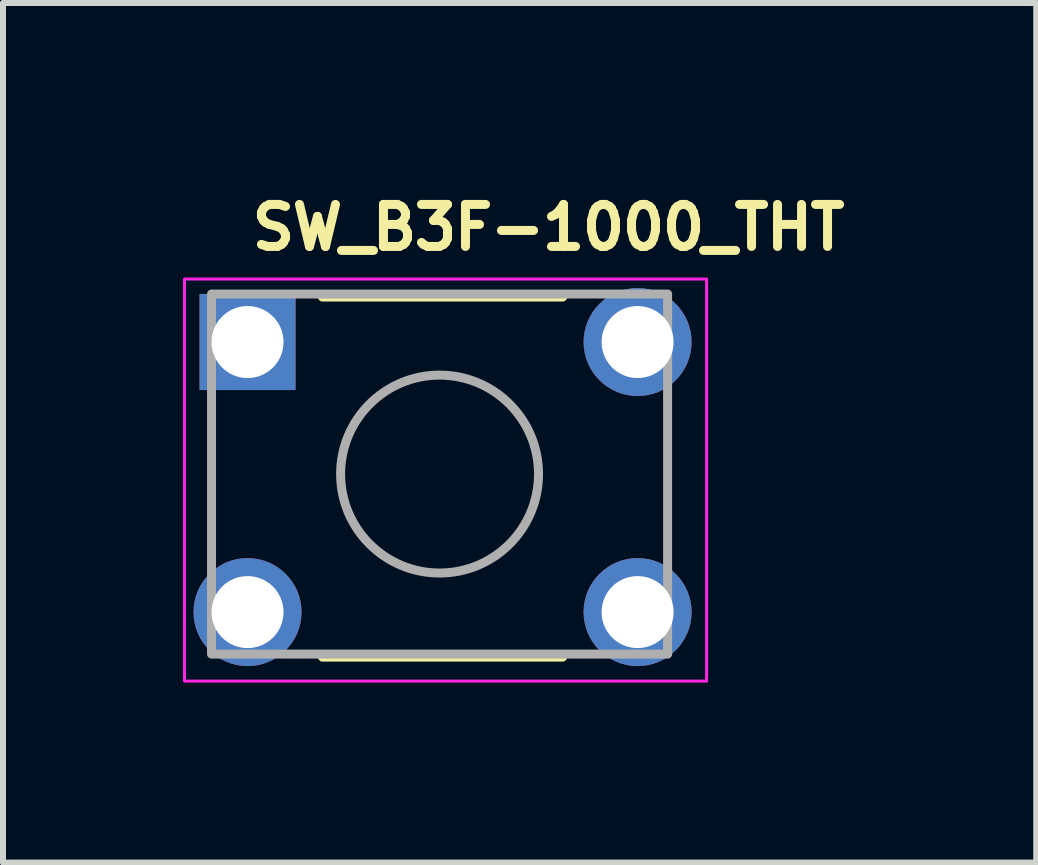
<source format=kicad_pcb>
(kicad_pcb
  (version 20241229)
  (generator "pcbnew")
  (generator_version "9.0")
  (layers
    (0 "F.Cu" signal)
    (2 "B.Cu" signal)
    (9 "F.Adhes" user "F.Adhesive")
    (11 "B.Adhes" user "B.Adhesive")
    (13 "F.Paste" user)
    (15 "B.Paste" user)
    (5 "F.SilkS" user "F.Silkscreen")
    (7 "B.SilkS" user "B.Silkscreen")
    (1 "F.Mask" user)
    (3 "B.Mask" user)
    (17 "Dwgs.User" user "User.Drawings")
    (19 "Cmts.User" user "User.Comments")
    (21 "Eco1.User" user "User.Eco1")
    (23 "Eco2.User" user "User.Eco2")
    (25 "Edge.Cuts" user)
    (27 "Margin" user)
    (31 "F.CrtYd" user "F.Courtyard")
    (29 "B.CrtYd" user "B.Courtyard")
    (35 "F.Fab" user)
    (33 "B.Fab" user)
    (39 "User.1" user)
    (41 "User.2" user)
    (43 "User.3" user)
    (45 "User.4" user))
  (footprint "SW_B3F-1000_THT"
    (layer "F.Cu")
    (at 1.075 2.65)
    (property "Reference" "SW_B3F-1000_THT" (at 0 -1.5 0) (layer "F.SilkS") (effects (font (size 0.7 0.7) (thickness 0.15)) (justify left bottom)))
    (attr through_hole)
    (fp_line (start 1.25 -0.75) (end 5.25 -0.75) (stroke (width 0.15) (type solid)) (layer "F.SilkS"))
    (fp_line (start 1.25 5.25) (end 5.25 5.25) (stroke (width 0.15) (type solid)) (layer "F.SilkS"))
    (fp_rect (start -1.05 -1.05) (end 7.65 5.65) (stroke (width 0.05) (type solid)) (fill no) (layer "F.CrtYd"))
    (fp_rect (start 7 -0.8) (end -0.6 5.2) (stroke (width 0.15) (type solid)) (fill no) (layer "F.Fab"))
    (fp_circle (center 3.2 2.2) (end 4.849 2.2) (stroke (width 0.15) (type solid)) (fill no) (layer "F.Fab"))
    (fp_rect (start -0.7 -0.795) (end 7.1 5.195) (stroke (width 0.1) (type solid)) (fill no) (layer "User.5"))
    (fp_line (start -0.7 -0.405) (end -0.7 0.305) (stroke (width 0.02) (type solid)) (layer "User.9"))
    (fp_line (start -0.7 -0.405) (end -0.679 -0.405) (stroke (width 0.02) (type solid)) (layer "User.9"))
    (fp_line (start -0.7 0.305) (end -0.679 0.305) (stroke (width 0.02) (type solid)) (layer "User.9"))
    (fp_line (start -0.7 4.095) (end -0.679 4.095) (stroke (width 0.02) (type solid)) (layer "User.9"))
    (fp_line (start -0.7 4.805) (end -0.7 4.095) (stroke (width 0.02) (type solid)) (layer "User.9"))
    (fp_line (start -0.7 4.805) (end -0.679 4.805) (stroke (width 0.02) (type solid)) (layer "User.9"))
    (fp_line (start -0.679 -0.405) (end -0.355 -0.405) (stroke (width 0.02) (type solid)) (layer "User.9"))
    (fp_line (start -0.679 0.305) (end -0.355 0.305) (stroke (width 0.02) (type solid)) (layer "User.9"))
    (fp_line (start -0.679 4.095) (end -0.355 4.095) (stroke (width 0.02) (type solid)) (layer "User.9"))
    (fp_line (start -0.679 4.805) (end -0.355 4.805) (stroke (width 0.02) (type solid)) (layer "User.9"))
    (fp_line (start -0.355 -0.405) (end -0.35 -0.405) (stroke (width 0.02) (type solid)) (layer "User.9"))
    (fp_line (start -0.355 0.305) (end -0.35 0.305) (stroke (width 0.02) (type solid)) (layer "User.9"))
    (fp_line (start -0.355 4.095) (end -0.35 4.095) (stroke (width 0.02) (type solid)) (layer "User.9"))
    (fp_line (start -0.355 4.805) (end -0.35 4.805) (stroke (width 0.02) (type solid)) (layer "User.9"))
    (fp_line (start -0.35 -0.405) (end -0.35 0.305) (stroke (width 0.02) (type solid)) (layer "User.9"))
    (fp_line (start -0.35 -0.405) (end -0.233 -0.405) (stroke (width 0.02) (type solid)) (layer "User.9"))
    (fp_line (start -0.35 0.305) (end -0.233 0.305) (stroke (width 0.02) (type solid)) (layer "User.9"))
    (fp_line (start -0.35 4.095) (end -0.233 4.095) (stroke (width 0.02) (type solid)) (layer "User.9"))
    (fp_line (start -0.35 4.805) (end -0.35 4.095) (stroke (width 0.02) (type solid)) (layer "User.9"))
    (fp_line (start -0.35 4.805) (end -0.233 4.805) (stroke (width 0.02) (type solid)) (layer "User.9"))
    (fp_line (start -0.233 -0.405) (end -0.233 -0.405) (stroke (width 0.02) (type solid)) (layer "User.9"))
    (fp_line (start -0.233 -0.405) (end 0.05 -0.405) (stroke (width 0.02) (type solid)) (layer "User.9"))
    (fp_line (start -0.233 0.305) (end -0.233 0.305) (stroke (width 0.02) (type solid)) (layer "User.9"))
    (fp_line (start -0.233 0.305) (end 0.05 0.305) (stroke (width 0.02) (type solid)) (layer "User.9"))
    (fp_line (start -0.233 4.095) (end -0.233 4.095) (stroke (width 0.02) (type solid)) (layer "User.9"))
    (fp_line (start -0.233 4.095) (end 0.05 4.095) (stroke (width 0.02) (type solid)) (layer "User.9"))
    (fp_line (start -0.233 4.805) (end -0.233 4.805) (stroke (width 0.02) (type solid)) (layer "User.9"))
    (fp_line (start -0.233 4.805) (end 0.05 4.805) (stroke (width 0.02) (type solid)) (layer "User.9"))
    (fp_line (start 0.05 -0.405) (end 0.205 -0.405) (stroke (width 0.02) (type solid)) (layer "User.9"))
    (fp_line (start 0.05 0.305) (end 0.205 0.305) (stroke (width 0.02) (type solid)) (layer "User.9"))
    (fp_line (start 0.05 4.095) (end 0.205 4.095) (stroke (width 0.02) (type solid)) (layer "User.9"))
    (fp_line (start 0.05 4.805) (end 0.205 4.805) (stroke (width 0.02) (type solid)) (layer "User.9"))
    (fp_line (start 0.205 -0.495) (end 0.205 4.895) (stroke (width 0.02) (type solid)) (layer "User.9"))
    (fp_line (start 0.205 -0.495) (end 0.205 4.895) (stroke (width 0.02) (type solid)) (layer "User.9"))
    (fp_line (start 0.205 4.895) (end 0.205 4.91) (stroke (width 0.02) (type solid)) (layer "User.9"))
    (fp_line (start 0.205 -0.51) (end 0.205 -0.495) (stroke (width 0.02) (type solid)) (layer "User.9"))
    (fp_line (start 0.205 4.91) (end 0.206 4.925) (stroke (width 0.02) (type solid)) (layer "User.9"))
    (fp_line (start 0.206 -0.525) (end 0.205 -0.51) (stroke (width 0.02) (type solid)) (layer "User.9"))
    (fp_line (start 0.206 4.925) (end 0.208 4.939) (stroke (width 0.02) (type solid)) (layer "User.9"))
    (fp_line (start 0.208 -0.539) (end 0.206 -0.525) (stroke (width 0.02) (type solid)) (layer "User.9"))
    (fp_line (start 0.208 4.939) (end 0.211 4.954) (stroke (width 0.02) (type solid)) (layer "User.9"))
    (fp_line (start 0.211 -0.554) (end 0.208 -0.539) (stroke (width 0.02) (type solid)) (layer "User.9"))
    (fp_line (start 0.211 4.954) (end 0.214 4.968) (stroke (width 0.02) (type solid)) (layer "User.9"))
    (fp_line (start 0.214 -0.568) (end 0.211 -0.554) (stroke (width 0.02) (type solid)) (layer "User.9"))
    (fp_line (start 0.214 4.968) (end 0.218 4.982) (stroke (width 0.02) (type solid)) (layer "User.9"))
    (fp_line (start 0.218 -0.582) (end 0.214 -0.568) (stroke (width 0.02) (type solid)) (layer "User.9"))
    (fp_line (start 0.218 4.982) (end 0.223 4.996) (stroke (width 0.02) (type solid)) (layer "User.9"))
    (fp_line (start 0.223 -0.596) (end 0.218 -0.582) (stroke (width 0.02) (type solid)) (layer "User.9"))
    (fp_line (start 0.223 4.996) (end 0.228 5.01) (stroke (width 0.02) (type solid)) (layer "User.9"))
    (fp_line (start 0.228 -0.61) (end 0.223 -0.596) (stroke (width 0.02) (type solid)) (layer "User.9"))
    (fp_line (start 0.228 5.01) (end 0.234 5.023) (stroke (width 0.02) (type solid)) (layer "User.9"))
    (fp_line (start 0.234 -0.623) (end 0.228 -0.61) (stroke (width 0.02) (type solid)) (layer "User.9"))
    (fp_line (start 0.234 5.023) (end 0.24 5.036) (stroke (width 0.02) (type solid)) (layer "User.9"))
    (fp_line (start 0.24 -0.636) (end 0.234 -0.623) (stroke (width 0.02) (type solid)) (layer "User.9"))
    (fp_line (start 0.24 5.036) (end 0.248 5.049) (stroke (width 0.02) (type solid)) (layer "User.9"))
    (fp_line (start 0.248 -0.649) (end 0.24 -0.636) (stroke (width 0.02) (type solid)) (layer "User.9"))
    (fp_line (start 0.248 5.049) (end 0.255 5.061) (stroke (width 0.02) (type solid)) (layer "User.9"))
    (fp_line (start 0.255 -0.661) (end 0.248 -0.649) (stroke (width 0.02) (type solid)) (layer "User.9"))
    (fp_line (start 0.255 5.061) (end 0.264 5.073) (stroke (width 0.02) (type solid)) (layer "User.9"))
    (fp_line (start 0.264 -0.673) (end 0.255 -0.661) (stroke (width 0.02) (type solid)) (layer "User.9"))
    (fp_line (start 0.264 5.073) (end 0.273 5.085) (stroke (width 0.02) (type solid)) (layer "User.9"))
    (fp_line (start 0.273 -0.685) (end 0.264 -0.673) (stroke (width 0.02) (type solid)) (layer "User.9"))
    (fp_line (start 0.273 5.085) (end 0.283 5.096) (stroke (width 0.02) (type solid)) (layer "User.9"))
    (fp_line (start 0.283 -0.696) (end 0.273 -0.685) (stroke (width 0.02) (type solid)) (layer "User.9"))
    (fp_line (start 0.283 5.096) (end 0.293 5.107) (stroke (width 0.02) (type solid)) (layer "User.9"))
    (fp_line (start 0.293 -0.707) (end 0.283 -0.696) (stroke (width 0.02) (type solid)) (layer "User.9"))
    (fp_line (start 0.293 -0.707) (end 0.293 -0.707) (stroke (width 0.02) (type solid)) (layer "User.9"))
    (fp_line (start 0.293 5.107) (end 0.293 5.107) (stroke (width 0.02) (type solid)) (layer "User.9"))
    (fp_line (start 0.293 5.107) (end 0.304 5.117) (stroke (width 0.02) (type solid)) (layer "User.9"))
    (fp_line (start 0.304 -0.717) (end 0.293 -0.707) (stroke (width 0.02) (type solid)) (layer "User.9"))
    (fp_line (start 0.304 5.117) (end 0.315 5.127) (stroke (width 0.02) (type solid)) (layer "User.9"))
    (fp_line (start 0.315 -0.727) (end 0.304 -0.717) (stroke (width 0.02) (type solid)) (layer "User.9"))
    (fp_line (start 0.315 5.127) (end 0.327 5.136) (stroke (width 0.02) (type solid)) (layer "User.9"))
    (fp_line (start 0.327 -0.736) (end 0.315 -0.727) (stroke (width 0.02) (type solid)) (layer "User.9"))
    (fp_line (start 0.327 5.136) (end 0.339 5.145) (stroke (width 0.02) (type solid)) (layer "User.9"))
    (fp_line (start 0.339 -0.745) (end 0.327 -0.736) (stroke (width 0.02) (type solid)) (layer "User.9"))
    (fp_line (start 0.339 5.145) (end 0.351 5.152) (stroke (width 0.02) (type solid)) (layer "User.9"))
    (fp_line (start 0.351 -0.752) (end 0.339 -0.745) (stroke (width 0.02) (type solid)) (layer "User.9"))
    (fp_line (start 0.351 5.152) (end 0.364 5.16) (stroke (width 0.02) (type solid)) (layer "User.9"))
    (fp_line (start 0.364 -0.76) (end 0.351 -0.752) (stroke (width 0.02) (type solid)) (layer "User.9"))
    (fp_line (start 0.364 5.16) (end 0.377 5.166) (stroke (width 0.02) (type solid)) (layer "User.9"))
    (fp_line (start 0.377 -0.766) (end 0.364 -0.76) (stroke (width 0.02) (type solid)) (layer "User.9"))
    (fp_line (start 0.377 5.166) (end 0.39 5.172) (stroke (width 0.02) (type solid)) (layer "User.9"))
    (fp_line (start 0.39 -0.772) (end 0.377 -0.766) (stroke (width 0.02) (type solid)) (layer "User.9"))
    (fp_line (start 0.39 5.172) (end 0.404 5.177) (stroke (width 0.02) (type solid)) (layer "User.9"))
    (fp_line (start 0.404 -0.777) (end 0.39 -0.772) (stroke (width 0.02) (type solid)) (layer "User.9"))
    (fp_line (start 0.404 5.177) (end 0.418 5.182) (stroke (width 0.02) (type solid)) (layer "User.9"))
    (fp_line (start 0.418 -0.782) (end 0.404 -0.777) (stroke (width 0.02) (type solid)) (layer "User.9"))
    (fp_line (start 0.418 5.182) (end 0.432 5.186) (stroke (width 0.02) (type solid)) (layer "User.9"))
    (fp_line (start 0.432 -0.786) (end 0.418 -0.782) (stroke (width 0.02) (type solid)) (layer "User.9"))
    (fp_line (start 0.432 5.186) (end 0.446 5.189) (stroke (width 0.02) (type solid)) (layer "User.9"))
    (fp_line (start 0.446 -0.789) (end 0.432 -0.786) (stroke (width 0.02) (type solid)) (layer "User.9"))
    (fp_line (start 0.446 5.189) (end 0.461 5.192) (stroke (width 0.02) (type solid)) (layer "User.9"))
    (fp_line (start 0.461 -0.792) (end 0.446 -0.789) (stroke (width 0.02) (type solid)) (layer "User.9"))
    (fp_line (start 0.461 5.192) (end 0.475 5.194) (stroke (width 0.02) (type solid)) (layer "User.9"))
    (fp_line (start 0.475 -0.794) (end 0.461 -0.792) (stroke (width 0.02) (type solid)) (layer "User.9"))
    (fp_line (start 0.475 5.194) (end 0.49 5.195) (stroke (width 0.02) (type solid)) (layer "User.9"))
    (fp_line (start 0.49 -0.795) (end 0.475 -0.794) (stroke (width 0.02) (type solid)) (layer "User.9"))
    (fp_line (start 0.49 5.195) (end 0.505 5.195) (stroke (width 0.02) (type solid)) (layer "User.9"))
    (fp_line (start 0.505 -0.795) (end 0.49 -0.795) (stroke (width 0.02) (type solid)) (layer "User.9"))
    (fp_line (start 0.505 5.195) (end 5.895 5.195) (stroke (width 0.02) (type solid)) (layer "User.9"))
    (fp_line (start 0.505 5.195) (end 5.895 5.195) (stroke (width 0.02) (type solid)) (layer "User.9"))
    (fp_line (start 0.75 0.2) (end 0.751 0.171) (stroke (width 0.02) (type solid)) (layer "User.9"))
    (fp_line (start 0.75 4.2) (end 0.751 4.17) (stroke (width 0.02) (type solid)) (layer "User.9"))
    (fp_line (start 0.75 4.215) (end 0.75 4.2) (stroke (width 0.02) (type solid)) (layer "User.9"))
    (fp_line (start 0.751 0.171) (end 0.754 0.142) (stroke (width 0.02) (type solid)) (layer "User.9"))
    (fp_line (start 0.751 0.229) (end 0.75 0.2) (stroke (width 0.02) (type solid)) (layer "User.9"))
    (fp_line (start 0.751 4.17) (end 0.754 4.14) (stroke (width 0.02) (type solid)) (layer "User.9"))
    (fp_line (start 0.751 4.23) (end 0.75 4.215) (stroke (width 0.02) (type solid)) (layer "User.9"))
    (fp_line (start 0.752 4.245) (end 0.751 4.23) (stroke (width 0.02) (type solid)) (layer "User.9"))
    (fp_line (start 0.754 0.142) (end 0.758 0.113) (stroke (width 0.02) (type solid)) (layer "User.9"))
    (fp_line (start 0.754 0.258) (end 0.751 0.229) (stroke (width 0.02) (type solid)) (layer "User.9"))
    (fp_line (start 0.754 4.14) (end 0.759 4.111) (stroke (width 0.02) (type solid)) (layer "User.9"))
    (fp_line (start 0.754 4.26) (end 0.752 4.245) (stroke (width 0.02) (type solid)) (layer "User.9"))
    (fp_line (start 0.756 4.274) (end 0.754 4.26) (stroke (width 0.02) (type solid)) (layer "User.9"))
    (fp_line (start 0.758 0.113) (end 0.765 0.084) (stroke (width 0.02) (type solid)) (layer "User.9"))
    (fp_line (start 0.758 0.287) (end 0.754 0.258) (stroke (width 0.02) (type solid)) (layer "User.9"))
    (fp_line (start 0.759 4.111) (end 0.766 4.083) (stroke (width 0.02) (type solid)) (layer "User.9"))
    (fp_line (start 0.759 4.289) (end 0.756 4.274) (stroke (width 0.02) (type solid)) (layer "User.9"))
    (fp_line (start 0.762 4.303) (end 0.759 4.289) (stroke (width 0.02) (type solid)) (layer "User.9"))
    (fp_line (start 0.765 0.084) (end 0.774 0.056) (stroke (width 0.02) (type solid)) (layer "User.9"))
    (fp_line (start 0.765 0.316) (end 0.758 0.287) (stroke (width 0.02) (type solid)) (layer "User.9"))
    (fp_line (start 0.766 4.083) (end 0.774 4.055) (stroke (width 0.02) (type solid)) (layer "User.9"))
    (fp_line (start 0.766 4.317) (end 0.762 4.303) (stroke (width 0.02) (type solid)) (layer "User.9"))
    (fp_line (start 0.77 4.332) (end 0.766 4.317) (stroke (width 0.02) (type solid)) (layer "User.9"))
    (fp_line (start 0.774 0.056) (end 0.784 0.029) (stroke (width 0.02) (type solid)) (layer "User.9"))
    (fp_line (start 0.774 0.344) (end 0.765 0.316) (stroke (width 0.02) (type solid)) (layer "User.9"))
    (fp_line (start 0.774 4.055) (end 0.784 4.027) (stroke (width 0.02) (type solid)) (layer "User.9"))
    (fp_line (start 0.774 4.345) (end 0.77 4.332) (stroke (width 0.02) (type solid)) (layer "User.9"))
    (fp_line (start 0.779 4.359) (end 0.774 4.345) (stroke (width 0.02) (type solid)) (layer "User.9"))
    (fp_line (start 0.784 0.029) (end 0.796 0.001) (stroke (width 0.02) (type solid)) (layer "User.9"))
    (fp_line (start 0.784 0.371) (end 0.774 0.344) (stroke (width 0.02) (type solid)) (layer "User.9"))
    (fp_line (start 0.784 4.027) (end 0.797 4.001) (stroke (width 0.02) (type solid)) (layer "User.9"))
    (fp_line (start 0.784 4.373) (end 0.779 4.359) (stroke (width 0.02) (type solid)) (layer "User.9"))
    (fp_line (start 0.79 4.386) (end 0.784 4.373) (stroke (width 0.02) (type solid)) (layer "User.9"))
    (fp_line (start 0.796 0.001) (end 0.81 -0.025) (stroke (width 0.02) (type solid)) (layer "User.9"))
    (fp_line (start 0.796 0.399) (end 0.784 0.371) (stroke (width 0.02) (type solid)) (layer "User.9"))
    (fp_line (start 0.797 4.001) (end 0.81 3.975) (stroke (width 0.02) (type solid)) (layer "User.9"))
    (fp_line (start 0.797 4.399) (end 0.79 4.386) (stroke (width 0.02) (type solid)) (layer "User.9"))
    (fp_line (start 0.803 4.412) (end 0.797 4.399) (stroke (width 0.02) (type solid)) (layer "User.9"))
    (fp_line (start 0.81 -0.025) (end 0.81 -0.025) (stroke (width 0.02) (type solid)) (layer "User.9"))
    (fp_line (start 0.81 -0.025) (end 0.818 -0.038) (stroke (width 0.02) (type solid)) (layer "User.9"))
    (fp_line (start 0.81 0.425) (end 0.796 0.399) (stroke (width 0.02) (type solid)) (layer "User.9"))
    (fp_line (start 0.81 0.425) (end 0.81 0.425) (stroke (width 0.02) (type solid)) (layer "User.9"))
    (fp_line (start 0.81 3.975) (end 0.826 3.95) (stroke (width 0.02) (type solid)) (layer "User.9"))
    (fp_line (start 0.81 4.425) (end 0.803 4.412) (stroke (width 0.02) (type solid)) (layer "User.9"))
    (fp_line (start 0.818 4.437) (end 0.81 4.425) (stroke (width 0.02) (type solid)) (layer "User.9"))
    (fp_line (start 0.818 -0.038) (end 0.826 -0.05) (stroke (width 0.02) (type solid)) (layer "User.9"))
    (fp_line (start 0.826 3.95) (end 0.843 3.927) (stroke (width 0.02) (type solid)) (layer "User.9"))
    (fp_line (start 0.826 4.45) (end 0.818 4.437) (stroke (width 0.02) (type solid)) (layer "User.9"))
    (fp_line (start 0.826 -0.05) (end 0.835 -0.063) (stroke (width 0.02) (type solid)) (layer "User.9"))
    (fp_line (start 0.826 0.45) (end 0.81 0.425) (stroke (width 0.02) (type solid)) (layer "User.9"))
    (fp_line (start 0.834 4.462) (end 0.826 4.45) (stroke (width 0.02) (type solid)) (layer "User.9"))
    (fp_line (start 0.835 -0.063) (end 0.844 -0.075) (stroke (width 0.02) (type solid)) (layer "User.9"))
    (fp_line (start 0.843 3.927) (end 0.861 3.904) (stroke (width 0.02) (type solid)) (layer "User.9"))
    (fp_line (start 0.843 4.473) (end 0.834 4.462) (stroke (width 0.02) (type solid)) (layer "User.9"))
    (fp_line (start 0.844 -0.075) (end 0.853 -0.086) (stroke (width 0.02) (type solid)) (layer "User.9"))
    (fp_line (start 0.844 0.475) (end 0.826 0.45) (stroke (width 0.02) (type solid)) (layer "User.9"))
    (fp_line (start 0.852 4.485) (end 0.843 4.473) (stroke (width 0.02) (type solid)) (layer "User.9"))
    (fp_line (start 0.853 -0.086) (end 0.862 -0.097) (stroke (width 0.02) (type solid)) (layer "User.9"))
    (fp_line (start 0.861 3.904) (end 0.881 3.882) (stroke (width 0.02) (type solid)) (layer "User.9"))
    (fp_line (start 0.861 4.496) (end 0.852 4.485) (stroke (width 0.02) (type solid)) (layer "User.9"))
    (fp_line (start 0.862 -0.097) (end 0.872 -0.108) (stroke (width 0.02) (type solid)) (layer "User.9"))
    (fp_line (start 0.862 0.497) (end 0.844 0.475) (stroke (width 0.02) (type solid)) (layer "User.9"))
    (fp_line (start 0.871 4.507) (end 0.861 4.496) (stroke (width 0.02) (type solid)) (layer "User.9"))
    (fp_line (start 0.872 -0.108) (end 0.882 -0.119) (stroke (width 0.02) (type solid)) (layer "User.9"))
    (fp_line (start 0.881 3.882) (end 0.903 3.862) (stroke (width 0.02) (type solid)) (layer "User.9"))
    (fp_line (start 0.881 4.518) (end 0.871 4.507) (stroke (width 0.02) (type solid)) (layer "User.9"))
    (fp_line (start 0.882 -0.119) (end 0.893 -0.129) (stroke (width 0.02) (type solid)) (layer "User.9"))
    (fp_line (start 0.882 0.519) (end 0.862 0.497) (stroke (width 0.02) (type solid)) (layer "User.9"))
    (fp_line (start 0.892 4.528) (end 0.881 4.518) (stroke (width 0.02) (type solid)) (layer "User.9"))
    (fp_line (start 0.893 -0.129) (end 0.904 -0.139) (stroke (width 0.02) (type solid)) (layer "User.9"))
    (fp_line (start 0.903 3.862) (end 0.925 3.844) (stroke (width 0.02) (type solid)) (layer "User.9"))
    (fp_line (start 0.903 4.538) (end 0.892 4.528) (stroke (width 0.02) (type solid)) (layer "User.9"))
    (fp_line (start 0.904 -0.139) (end 0.915 -0.148) (stroke (width 0.02) (type solid)) (layer "User.9"))
    (fp_line (start 0.904 0.539) (end 0.882 0.519) (stroke (width 0.02) (type solid)) (layer "User.9"))
    (fp_line (start 0.914 4.547) (end 0.903 4.538) (stroke (width 0.02) (type solid)) (layer "User.9"))
    (fp_line (start 0.915 -0.148) (end 0.927 -0.157) (stroke (width 0.02) (type solid)) (layer "User.9"))
    (fp_line (start 0.925 3.844) (end 0.95 3.826) (stroke (width 0.02) (type solid)) (layer "User.9"))
    (fp_line (start 0.925 4.556) (end 0.914 4.547) (stroke (width 0.02) (type solid)) (layer "User.9"))
    (fp_line (start 0.927 -0.157) (end 0.938 -0.166) (stroke (width 0.02) (type solid)) (layer "User.9"))
    (fp_line (start 0.927 0.557) (end 0.904 0.539) (stroke (width 0.02) (type solid)) (layer "User.9"))
    (fp_line (start 0.937 4.565) (end 0.925 4.556) (stroke (width 0.02) (type solid)) (layer "User.9"))
    (fp_line (start 0.938 -0.166) (end 0.95 -0.174) (stroke (width 0.02) (type solid)) (layer "User.9"))
    (fp_line (start 0.95 3.826) (end 0.975 3.81) (stroke (width 0.02) (type solid)) (layer "User.9"))
    (fp_line (start 0.95 4.574) (end 0.937 4.565) (stroke (width 0.02) (type solid)) (layer "User.9"))
    (fp_line (start 0.95 -0.174) (end 0.963 -0.182) (stroke (width 0.02) (type solid)) (layer "User.9"))
    (fp_line (start 0.95 0.574) (end 0.927 0.557) (stroke (width 0.02) (type solid)) (layer "User.9"))
    (fp_line (start 0.962 4.582) (end 0.95 4.574) (stroke (width 0.02) (type solid)) (layer "User.9"))
    (fp_line (start 0.963 -0.182) (end 0.975 -0.19) (stroke (width 0.02) (type solid)) (layer "User.9"))
    (fp_line (start 0.975 -0.19) (end 0.988 -0.197) (stroke (width 0.02) (type solid)) (layer "User.9"))
    (fp_line (start 0.975 0.59) (end 0.95 0.574) (stroke (width 0.02) (type solid)) (layer "User.9"))
    (fp_line (start 0.975 3.81) (end 0.975 3.81) (stroke (width 0.02) (type solid)) (layer "User.9"))
    (fp_line (start 0.975 3.81) (end 1.001 3.796) (stroke (width 0.02) (type solid)) (layer "User.9"))
    (fp_line (start 0.975 4.59) (end 0.962 4.582) (stroke (width 0.02) (type solid)) (layer "User.9"))
    (fp_line (start 0.975 4.59) (end 0.975 4.59) (stroke (width 0.02) (type solid)) (layer "User.9"))
    (fp_line (start 0.988 -0.197) (end 1.001 -0.203) (stroke (width 0.02) (type solid)) (layer "User.9"))
    (fp_line (start 1.001 -0.203) (end 1.014 -0.21) (stroke (width 0.02) (type solid)) (layer "User.9"))
    (fp_line (start 1.001 0.603) (end 0.975 0.59) (stroke (width 0.02) (type solid)) (layer "User.9"))
    (fp_line (start 1.001 3.796) (end 1.029 3.784) (stroke (width 0.02) (type solid)) (layer "User.9"))
    (fp_line (start 1.001 4.604) (end 0.975 4.59) (stroke (width 0.02) (type solid)) (layer "User.9"))
    (fp_line (start 1.014 -0.21) (end 1.027 -0.216) (stroke (width 0.02) (type solid)) (layer "User.9"))
    (fp_line (start 1.027 -0.216) (end 1.041 -0.221) (stroke (width 0.02) (type solid)) (layer "User.9"))
    (fp_line (start 1.027 0.616) (end 1.001 0.603) (stroke (width 0.02) (type solid)) (layer "User.9"))
    (fp_line (start 1.029 3.784) (end 1.056 3.774) (stroke (width 0.02) (type solid)) (layer "User.9"))
    (fp_line (start 1.029 4.616) (end 1.001 4.604) (stroke (width 0.02) (type solid)) (layer "User.9"))
    (fp_line (start 1.041 -0.221) (end 1.055 -0.226) (stroke (width 0.02) (type solid)) (layer "User.9"))
    (fp_line (start 1.055 -0.226) (end 1.068 -0.23) (stroke (width 0.02) (type solid)) (layer "User.9"))
    (fp_line (start 1.055 0.626) (end 1.027 0.616) (stroke (width 0.02) (type solid)) (layer "User.9"))
    (fp_line (start 1.056 3.774) (end 1.084 3.765) (stroke (width 0.02) (type solid)) (layer "User.9"))
    (fp_line (start 1.056 4.626) (end 1.029 4.616) (stroke (width 0.02) (type solid)) (layer "User.9"))
    (fp_line (start 1.068 -0.23) (end 1.083 -0.234) (stroke (width 0.02) (type solid)) (layer "User.9"))
    (fp_line (start 1.083 -0.234) (end 1.097 -0.238) (stroke (width 0.02) (type solid)) (layer "User.9"))
    (fp_line (start 1.083 0.634) (end 1.055 0.626) (stroke (width 0.02) (type solid)) (layer "User.9"))
    (fp_line (start 1.084 3.765) (end 1.113 3.758) (stroke (width 0.02) (type solid)) (layer "User.9"))
    (fp_line (start 1.084 4.635) (end 1.056 4.626) (stroke (width 0.02) (type solid)) (layer "User.9"))
    (fp_line (start 1.097 -0.238) (end 1.111 -0.241) (stroke (width 0.02) (type solid)) (layer "User.9"))
    (fp_line (start 1.111 -0.241) (end 1.126 -0.244) (stroke (width 0.02) (type solid)) (layer "User.9"))
    (fp_line (start 1.111 0.641) (end 1.083 0.634) (stroke (width 0.02) (type solid)) (layer "User.9"))
    (fp_line (start 1.113 3.758) (end 1.142 3.754) (stroke (width 0.02) (type solid)) (layer "User.9"))
    (fp_line (start 1.113 4.642) (end 1.084 4.635) (stroke (width 0.02) (type solid)) (layer "User.9"))
    (fp_line (start 1.126 -0.244) (end 1.14 -0.246) (stroke (width 0.02) (type solid)) (layer "User.9"))
    (fp_line (start 1.14 -0.246) (end 1.155 -0.248) (stroke (width 0.02) (type solid)) (layer "User.9"))
    (fp_line (start 1.14 0.646) (end 1.111 0.641) (stroke (width 0.02) (type solid)) (layer "User.9"))
    (fp_line (start 1.142 3.754) (end 1.171 3.751) (stroke (width 0.02) (type solid)) (layer "User.9"))
    (fp_line (start 1.142 4.646) (end 1.113 4.642) (stroke (width 0.02) (type solid)) (layer "User.9"))
    (fp_line (start 1.155 -0.248) (end 1.17 -0.249) (stroke (width 0.02) (type solid)) (layer "User.9"))
    (fp_line (start 1.17 -0.249) (end 1.185 -0.25) (stroke (width 0.02) (type solid)) (layer "User.9"))
    (fp_line (start 1.17 0.649) (end 1.14 0.646) (stroke (width 0.02) (type solid)) (layer "User.9"))
    (fp_line (start 1.171 3.751) (end 1.2 3.75) (stroke (width 0.02) (type solid)) (layer "User.9"))
    (fp_line (start 1.171 4.649) (end 1.142 4.646) (stroke (width 0.02) (type solid)) (layer "User.9"))
    (fp_line (start 1.185 -0.25) (end 1.2 -0.25) (stroke (width 0.02) (type solid)) (layer "User.9"))
    (fp_line (start 1.2 -0.25) (end 1.23 -0.249) (stroke (width 0.02) (type solid)) (layer "User.9"))
    (fp_line (start 1.2 0.65) (end 1.17 0.649) (stroke (width 0.02) (type solid)) (layer "User.9"))
    (fp_line (start 1.2 3.75) (end 1.229 3.751) (stroke (width 0.02) (type solid)) (layer "User.9"))
    (fp_line (start 1.2 4.65) (end 1.171 4.649) (stroke (width 0.02) (type solid)) (layer "User.9"))
    (fp_line (start 1.215 0.65) (end 1.2 0.65) (stroke (width 0.02) (type solid)) (layer "User.9"))
    (fp_line (start 1.229 3.751) (end 1.258 3.754) (stroke (width 0.02) (type solid)) (layer "User.9"))
    (fp_line (start 1.229 4.649) (end 1.2 4.65) (stroke (width 0.02) (type solid)) (layer "User.9"))
    (fp_line (start 1.23 -0.249) (end 1.26 -0.246) (stroke (width 0.02) (type solid)) (layer "User.9"))
    (fp_line (start 1.23 0.649) (end 1.215 0.65) (stroke (width 0.02) (type solid)) (layer "User.9"))
    (fp_line (start 1.245 0.648) (end 1.23 0.649) (stroke (width 0.02) (type solid)) (layer "User.9"))
    (fp_line (start 1.258 3.754) (end 1.287 3.758) (stroke (width 0.02) (type solid)) (layer "User.9"))
    (fp_line (start 1.258 4.646) (end 1.229 4.649) (stroke (width 0.02) (type solid)) (layer "User.9"))
    (fp_line (start 1.26 -0.246) (end 1.289 -0.241) (stroke (width 0.02) (type solid)) (layer "User.9"))
    (fp_line (start 1.26 0.646) (end 1.245 0.648) (stroke (width 0.02) (type solid)) (layer "User.9"))
    (fp_line (start 1.274 0.644) (end 1.26 0.646) (stroke (width 0.02) (type solid)) (layer "User.9"))
    (fp_line (start 1.287 3.758) (end 1.316 3.765) (stroke (width 0.02) (type solid)) (layer "User.9"))
    (fp_line (start 1.287 4.642) (end 1.258 4.646) (stroke (width 0.02) (type solid)) (layer "User.9"))
    (fp_line (start 1.289 -0.241) (end 1.317 -0.234) (stroke (width 0.02) (type solid)) (layer "User.9"))
    (fp_line (start 1.289 0.641) (end 1.274 0.644) (stroke (width 0.02) (type solid)) (layer "User.9"))
    (fp_line (start 1.303 0.638) (end 1.289 0.641) (stroke (width 0.02) (type solid)) (layer "User.9"))
    (fp_line (start 1.316 3.765) (end 1.344 3.774) (stroke (width 0.02) (type solid)) (layer "User.9"))
    (fp_line (start 1.316 4.635) (end 1.287 4.642) (stroke (width 0.02) (type solid)) (layer "User.9"))
    (fp_line (start 1.317 -0.234) (end 1.345 -0.226) (stroke (width 0.02) (type solid)) (layer "User.9"))
    (fp_line (start 1.317 0.634) (end 1.303 0.638) (stroke (width 0.02) (type solid)) (layer "User.9"))
    (fp_line (start 1.332 0.63) (end 1.317 0.634) (stroke (width 0.02) (type solid)) (layer "User.9"))
    (fp_line (start 1.344 3.774) (end 1.371 3.784) (stroke (width 0.02) (type solid)) (layer "User.9"))
    (fp_line (start 1.344 4.626) (end 1.316 4.635) (stroke (width 0.02) (type solid)) (layer "User.9"))
    (fp_line (start 1.345 -0.226) (end 1.373 -0.216) (stroke (width 0.02) (type solid)) (layer "User.9"))
    (fp_line (start 1.345 0.626) (end 1.332 0.63) (stroke (width 0.02) (type solid)) (layer "User.9"))
    (fp_line (start 1.359 0.621) (end 1.345 0.626) (stroke (width 0.02) (type solid)) (layer "User.9"))
    (fp_line (start 1.371 3.784) (end 1.399 3.796) (stroke (width 0.02) (type solid)) (layer "User.9"))
    (fp_line (start 1.371 4.616) (end 1.344 4.626) (stroke (width 0.02) (type solid)) (layer "User.9"))
    (fp_line (start 1.373 -0.216) (end 1.399 -0.203) (stroke (width 0.02) (type solid)) (layer "User.9"))
    (fp_line (start 1.373 0.616) (end 1.359 0.621) (stroke (width 0.02) (type solid)) (layer "User.9"))
    (fp_line (start 1.386 0.61) (end 1.373 0.616) (stroke (width 0.02) (type solid)) (layer "User.9"))
    (fp_line (start 1.399 3.796) (end 1.425 3.81) (stroke (width 0.02) (type solid)) (layer "User.9"))
    (fp_line (start 1.399 4.604) (end 1.371 4.616) (stroke (width 0.02) (type solid)) (layer "User.9"))
    (fp_line (start 1.399 -0.203) (end 1.425 -0.19) (stroke (width 0.02) (type solid)) (layer "User.9"))
    (fp_line (start 1.399 0.603) (end 1.386 0.61) (stroke (width 0.02) (type solid)) (layer "User.9"))
    (fp_line (start 1.412 0.597) (end 1.399 0.603) (stroke (width 0.02) (type solid)) (layer "User.9"))
    (fp_line (start 1.425 -0.19) (end 1.45 -0.174) (stroke (width 0.02) (type solid)) (layer "User.9"))
    (fp_line (start 1.425 0.59) (end 1.412 0.597) (stroke (width 0.02) (type solid)) (layer "User.9"))
    (fp_line (start 1.425 3.81) (end 1.425 3.81) (stroke (width 0.02) (type solid)) (layer "User.9"))
    (fp_line (start 1.425 3.81) (end 1.438 3.818) (stroke (width 0.02) (type solid)) (layer "User.9"))
    (fp_line (start 1.425 4.59) (end 1.399 4.604) (stroke (width 0.02) (type solid)) (layer "User.9"))
    (fp_line (start 1.425 4.59) (end 1.425 4.59) (stroke (width 0.02) (type solid)) (layer "User.9"))
    (fp_line (start 1.437 0.582) (end 1.425 0.59) (stroke (width 0.02) (type solid)) (layer "User.9"))
    (fp_line (start 1.438 3.818) (end 1.45 3.826) (stroke (width 0.02) (type solid)) (layer "User.9"))
    (fp_line (start 1.445 2.2) (end 1.447 2.11) (stroke (width 0.02) (type solid)) (layer "User.9"))
    (fp_line (start 1.447 2.11) (end 1.454 2.021) (stroke (width 0.02) (type solid)) (layer "User.9"))
    (fp_line (start 1.447 2.29) (end 1.445 2.2) (stroke (width 0.02) (type solid)) (layer "User.9"))
    (fp_line (start 1.45 -0.174) (end 1.473 -0.157) (stroke (width 0.02) (type solid)) (layer "User.9"))
    (fp_line (start 1.45 0.574) (end 1.437 0.582) (stroke (width 0.02) (type solid)) (layer "User.9"))
    (fp_line (start 1.45 3.826) (end 1.463 3.835) (stroke (width 0.02) (type solid)) (layer "User.9"))
    (fp_line (start 1.45 4.574) (end 1.425 4.59) (stroke (width 0.02) (type solid)) (layer "User.9"))
    (fp_line (start 1.454 2.021) (end 1.465 1.933) (stroke (width 0.02) (type solid)) (layer "User.9"))
    (fp_line (start 1.454 2.379) (end 1.447 2.29) (stroke (width 0.02) (type solid)) (layer "User.9"))
    (fp_line (start 1.462 0.566) (end 1.45 0.574) (stroke (width 0.02) (type solid)) (layer "User.9"))
    (fp_line (start 1.463 3.835) (end 1.475 3.844) (stroke (width 0.02) (type solid)) (layer "User.9"))
    (fp_line (start 1.465 1.933) (end 1.481 1.846) (stroke (width 0.02) (type solid)) (layer "User.9"))
    (fp_line (start 1.465 2.467) (end 1.454 2.379) (stroke (width 0.02) (type solid)) (layer "User.9"))
    (fp_line (start 1.473 -0.157) (end 1.496 -0.139) (stroke (width 0.02) (type solid)) (layer "User.9"))
    (fp_line (start 1.473 0.557) (end 1.462 0.566) (stroke (width 0.02) (type solid)) (layer "User.9"))
    (fp_line (start 1.475 3.844) (end 1.486 3.853) (stroke (width 0.02) (type solid)) (layer "User.9"))
    (fp_line (start 1.475 4.556) (end 1.45 4.574) (stroke (width 0.02) (type solid)) (layer "User.9"))
    (fp_line (start 1.481 1.846) (end 1.5 1.762) (stroke (width 0.02) (type solid)) (layer "User.9"))
    (fp_line (start 1.481 2.554) (end 1.465 2.467) (stroke (width 0.02) (type solid)) (layer "User.9"))
    (fp_line (start 1.485 0.548) (end 1.473 0.557) (stroke (width 0.02) (type solid)) (layer "User.9"))
    (fp_line (start 1.486 3.853) (end 1.497 3.862) (stroke (width 0.02) (type solid)) (layer "User.9"))
    (fp_line (start 1.496 -0.139) (end 1.518 -0.119) (stroke (width 0.02) (type solid)) (layer "User.9"))
    (fp_line (start 1.496 0.539) (end 1.485 0.548) (stroke (width 0.02) (type solid)) (layer "User.9"))
    (fp_line (start 1.497 3.862) (end 1.508 3.872) (stroke (width 0.02) (type solid)) (layer "User.9"))
    (fp_line (start 1.497 4.538) (end 1.475 4.556) (stroke (width 0.02) (type solid)) (layer "User.9"))
    (fp_line (start 1.5 1.762) (end 1.524 1.678) (stroke (width 0.02) (type solid)) (layer "User.9"))
    (fp_line (start 1.5 2.638) (end 1.481 2.554) (stroke (width 0.02) (type solid)) (layer "User.9"))
    (fp_line (start 1.507 0.529) (end 1.496 0.539) (stroke (width 0.02) (type solid)) (layer "User.9"))
    (fp_line (start 1.508 3.872) (end 1.519 3.882) (stroke (width 0.02) (type solid)) (layer "User.9"))
    (fp_line (start 1.518 -0.119) (end 1.538 -0.097) (stroke (width 0.02) (type solid)) (layer "User.9"))
    (fp_line (start 1.518 0.519) (end 1.507 0.529) (stroke (width 0.02) (type solid)) (layer "User.9"))
    (fp_line (start 1.519 3.882) (end 1.529 3.893) (stroke (width 0.02) (type solid)) (layer "User.9"))
    (fp_line (start 1.519 4.518) (end 1.497 4.538) (stroke (width 0.02) (type solid)) (layer "User.9"))
    (fp_line (start 1.524 1.678) (end 1.552 1.597) (stroke (width 0.02) (type solid)) (layer "User.9"))
    (fp_line (start 1.524 2.722) (end 1.5 2.638) (stroke (width 0.02) (type solid)) (layer "User.9"))
    (fp_line (start 1.528 0.508) (end 1.518 0.519) (stroke (width 0.02) (type solid)) (layer "User.9"))
    (fp_line (start 1.529 3.893) (end 1.539 3.904) (stroke (width 0.02) (type solid)) (layer "User.9"))
    (fp_line (start 1.538 -0.097) (end 1.556 -0.075) (stroke (width 0.02) (type solid)) (layer "User.9"))
    (fp_line (start 1.538 0.497) (end 1.528 0.508) (stroke (width 0.02) (type solid)) (layer "User.9"))
    (fp_line (start 1.539 3.904) (end 1.548 3.915) (stroke (width 0.02) (type solid)) (layer "User.9"))
    (fp_line (start 1.539 4.496) (end 1.519 4.518) (stroke (width 0.02) (type solid)) (layer "User.9"))
    (fp_line (start 1.547 0.486) (end 1.538 0.497) (stroke (width 0.02) (type solid)) (layer "User.9"))
    (fp_line (start 1.548 3.915) (end 1.557 3.927) (stroke (width 0.02) (type solid)) (layer "User.9"))
    (fp_line (start 1.552 1.597) (end 1.583 1.517) (stroke (width 0.02) (type solid)) (layer "User.9"))
    (fp_line (start 1.552 2.803) (end 1.524 2.722) (stroke (width 0.02) (type solid)) (layer "User.9"))
    (fp_line (start 1.556 -0.075) (end 1.574 -0.05) (stroke (width 0.02) (type solid)) (layer "User.9"))
    (fp_line (start 1.556 0.475) (end 1.547 0.486) (stroke (width 0.02) (type solid)) (layer "User.9"))
    (fp_line (start 1.557 3.927) (end 1.566 3.938) (stroke (width 0.02) (type solid)) (layer "User.9"))
    (fp_line (start 1.557 4.473) (end 1.539 4.496) (stroke (width 0.02) (type solid)) (layer "User.9"))
    (fp_line (start 1.565 0.463) (end 1.556 0.475) (stroke (width 0.02) (type solid)) (layer "User.9"))
    (fp_line (start 1.566 3.938) (end 1.574 3.95) (stroke (width 0.02) (type solid)) (layer "User.9"))
    (fp_line (start 1.574 -0.05) (end 1.59 -0.025) (stroke (width 0.02) (type solid)) (layer "User.9"))
    (fp_line (start 1.574 0.45) (end 1.565 0.463) (stroke (width 0.02) (type solid)) (layer "User.9"))
    (fp_line (start 1.574 3.95) (end 1.582 3.963) (stroke (width 0.02) (type solid)) (layer "User.9"))
    (fp_line (start 1.574 4.45) (end 1.557 4.473) (stroke (width 0.02) (type solid)) (layer "User.9"))
    (fp_line (start 1.582 0.438) (end 1.574 0.45) (stroke (width 0.02) (type solid)) (layer "User.9"))
    (fp_line (start 1.582 3.963) (end 1.59 3.975) (stroke (width 0.02) (type solid)) (layer "User.9"))
    (fp_line (start 1.583 1.517) (end 1.618 1.439) (stroke (width 0.02) (type solid)) (layer "User.9"))
    (fp_line (start 1.583 2.883) (end 1.552 2.803) (stroke (width 0.02) (type solid)) (layer "User.9"))
    (fp_line (start 1.59 -0.025) (end 1.59 -0.025) (stroke (width 0.02) (type solid)) (layer "User.9"))
    (fp_line (start 1.59 -0.025) (end 1.604 0.001) (stroke (width 0.02) (type solid)) (layer "User.9"))
    (fp_line (start 1.59 0.425) (end 1.582 0.438) (stroke (width 0.02) (type solid)) (layer "User.9"))
    (fp_line (start 1.59 0.425) (end 1.59 0.425) (stroke (width 0.02) (type solid)) (layer "User.9"))
    (fp_line (start 1.59 3.975) (end 1.597 3.988) (stroke (width 0.02) (type solid)) (layer "User.9"))
    (fp_line (start 1.59 4.425) (end 1.574 4.45) (stroke (width 0.02) (type solid)) (layer "User.9"))
    (fp_line (start 1.597 3.988) (end 1.603 4.001) (stroke (width 0.02) (type solid)) (layer "User.9"))
    (fp_line (start 1.603 4.001) (end 1.61 4.014) (stroke (width 0.02) (type solid)) (layer "User.9"))
    (fp_line (start 1.603 4.399) (end 1.59 4.425) (stroke (width 0.02) (type solid)) (layer "User.9"))
    (fp_line (start 1.604 0.001) (end 1.616 0.029) (stroke (width 0.02) (type solid)) (layer "User.9"))
    (fp_line (start 1.604 0.399) (end 1.59 0.425) (stroke (width 0.02) (type solid)) (layer "User.9"))
    (fp_line (start 1.61 4.014) (end 1.616 4.027) (stroke (width 0.02) (type solid)) (layer "User.9"))
    (fp_line (start 1.616 4.027) (end 1.621 4.041) (stroke (width 0.02) (type solid)) (layer "User.9"))
    (fp_line (start 1.616 4.373) (end 1.603 4.399) (stroke (width 0.02) (type solid)) (layer "User.9"))
    (fp_line (start 1.616 0.029) (end 1.626 0.056) (stroke (width 0.02) (type solid)) (layer "User.9"))
    (fp_line (start 1.616 0.371) (end 1.604 0.399) (stroke (width 0.02) (type solid)) (layer "User.9"))
    (fp_line (start 1.618 1.439) (end 1.657 1.364) (stroke (width 0.02) (type solid)) (layer "User.9"))
    (fp_line (start 1.618 2.961) (end 1.583 2.883) (stroke (width 0.02) (type solid)) (layer "User.9"))
    (fp_line (start 1.621 4.041) (end 1.626 4.055) (stroke (width 0.02) (type solid)) (layer "User.9"))
    (fp_line (start 1.626 4.055) (end 1.63 4.068) (stroke (width 0.02) (type solid)) (layer "User.9"))
    (fp_line (start 1.626 4.345) (end 1.616 4.373) (stroke (width 0.02) (type solid)) (layer "User.9"))
    (fp_line (start 1.626 0.056) (end 1.635 0.084) (stroke (width 0.02) (type solid)) (layer "User.9"))
    (fp_line (start 1.626 0.344) (end 1.616 0.371) (stroke (width 0.02) (type solid)) (layer "User.9"))
    (fp_line (start 1.63 4.068) (end 1.634 4.083) (stroke (width 0.02) (type solid)) (layer "User.9"))
    (fp_line (start 1.634 4.083) (end 1.638 4.097) (stroke (width 0.02) (type solid)) (layer "User.9"))
    (fp_line (start 1.634 4.317) (end 1.626 4.345) (stroke (width 0.02) (type solid)) (layer "User.9"))
    (fp_line (start 1.635 0.084) (end 1.642 0.113) (stroke (width 0.02) (type solid)) (layer "User.9"))
    (fp_line (start 1.635 0.316) (end 1.626 0.344) (stroke (width 0.02) (type solid)) (layer "User.9"))
    (fp_line (start 1.638 4.097) (end 1.641 4.111) (stroke (width 0.02) (type solid)) (layer "User.9"))
    (fp_line (start 1.641 4.111) (end 1.644 4.126) (stroke (width 0.02) (type solid)) (layer "User.9"))
    (fp_line (start 1.641 4.289) (end 1.634 4.317) (stroke (width 0.02) (type solid)) (layer "User.9"))
    (fp_line (start 1.642 0.113) (end 1.646 0.142) (stroke (width 0.02) (type solid)) (layer "User.9"))
    (fp_line (start 1.642 0.287) (end 1.635 0.316) (stroke (width 0.02) (type solid)) (layer "User.9"))
    (fp_line (start 1.644 4.126) (end 1.646 4.14) (stroke (width 0.02) (type solid)) (layer "User.9"))
    (fp_line (start 1.646 4.14) (end 1.648 4.155) (stroke (width 0.02) (type solid)) (layer "User.9"))
    (fp_line (start 1.646 4.26) (end 1.641 4.289) (stroke (width 0.02) (type solid)) (layer "User.9"))
    (fp_line (start 1.646 0.142) (end 1.649 0.171) (stroke (width 0.02) (type solid)) (layer "User.9"))
    (fp_line (start 1.646 0.258) (end 1.642 0.287) (stroke (width 0.02) (type solid)) (layer "User.9"))
    (fp_line (start 1.648 4.155) (end 1.649 4.17) (stroke (width 0.02) (type solid)) (layer "User.9"))
    (fp_line (start 1.649 4.17) (end 1.65 4.185) (stroke (width 0.02) (type solid)) (layer "User.9"))
    (fp_line (start 1.649 4.23) (end 1.646 4.26) (stroke (width 0.02) (type solid)) (layer "User.9"))
    (fp_line (start 1.649 0.171) (end 1.65 0.2) (stroke (width 0.02) (type solid)) (layer "User.9"))
    (fp_line (start 1.649 0.229) (end 1.646 0.258) (stroke (width 0.02) (type solid)) (layer "User.9"))
    (fp_line (start 1.65 4.185) (end 1.65 4.2) (stroke (width 0.02) (type solid)) (layer "User.9"))
    (fp_line (start 1.65 0.2) (end 1.649 0.229) (stroke (width 0.02) (type solid)) (layer "User.9"))
    (fp_line (start 1.65 4.2) (end 1.649 4.23) (stroke (width 0.02) (type solid)) (layer "User.9"))
    (fp_line (start 1.657 1.364) (end 1.699 1.29) (stroke (width 0.02) (type solid)) (layer "User.9"))
    (fp_line (start 1.657 3.036) (end 1.618 2.961) (stroke (width 0.02) (type solid)) (layer "User.9"))
    (fp_line (start 1.699 1.29) (end 1.745 1.219) (stroke (width 0.02) (type solid)) (layer "User.9"))
    (fp_line (start 1.699 3.11) (end 1.657 3.036) (stroke (width 0.02) (type solid)) (layer "User.9"))
    (fp_line (start 1.745 1.219) (end 1.794 1.15) (stroke (width 0.02) (type solid)) (layer "User.9"))
    (fp_line (start 1.745 3.181) (end 1.699 3.11) (stroke (width 0.02) (type solid)) (layer "User.9"))
    (fp_line (start 1.794 1.15) (end 1.846 1.084) (stroke (width 0.02) (type solid)) (layer "User.9"))
    (fp_line (start 1.794 3.25) (end 1.745 3.181) (stroke (width 0.02) (type solid)) (layer "User.9"))
    (fp_line (start 1.846 1.084) (end 1.901 1.021) (stroke (width 0.02) (type solid)) (layer "User.9"))
    (fp_line (start 1.846 3.316) (end 1.794 3.25) (stroke (width 0.02) (type solid)) (layer "User.9"))
    (fp_line (start 1.901 1.021) (end 1.959 0.96) (stroke (width 0.02) (type solid)) (layer "User.9"))
    (fp_line (start 1.901 3.38) (end 1.846 3.316) (stroke (width 0.02) (type solid)) (layer "User.9"))
    (fp_line (start 1.959 0.96) (end 2.02 0.902) (stroke (width 0.02) (type solid)) (layer "User.9"))
    (fp_line (start 1.959 3.44) (end 1.901 3.38) (stroke (width 0.02) (type solid)) (layer "User.9"))
    (fp_line (start 2.02 0.902) (end 2.084 0.846) (stroke (width 0.02) (type solid)) (layer "User.9"))
    (fp_line (start 2.02 3.499) (end 1.959 3.44) (stroke (width 0.02) (type solid)) (layer "User.9"))
    (fp_line (start 2.084 0.846) (end 2.15 0.794) (stroke (width 0.02) (type solid)) (layer "User.9"))
    (fp_line (start 2.084 3.554) (end 2.02 3.499) (stroke (width 0.02) (type solid)) (layer "User.9"))
    (fp_line (start 2.15 0.794) (end 2.219 0.745) (stroke (width 0.02) (type solid)) (layer "User.9"))
    (fp_line (start 2.15 3.606) (end 2.084 3.554) (stroke (width 0.02) (type solid)) (layer "User.9"))
    (fp_line (start 2.219 0.745) (end 2.29 0.7) (stroke (width 0.02) (type solid)) (layer "User.9"))
    (fp_line (start 2.219 3.655) (end 2.15 3.606) (stroke (width 0.02) (type solid)) (layer "User.9"))
    (fp_line (start 2.29 0.7) (end 2.364 0.658) (stroke (width 0.02) (type solid)) (layer "User.9"))
    (fp_line (start 2.29 3.7) (end 2.219 3.655) (stroke (width 0.02) (type solid)) (layer "User.9"))
    (fp_line (start 2.364 0.658) (end 2.439 0.619) (stroke (width 0.02) (type solid)) (layer "User.9"))
    (fp_line (start 2.364 3.743) (end 2.29 3.7) (stroke (width 0.02) (type solid)) (layer "User.9"))
    (fp_line (start 2.439 0.619) (end 2.517 0.584) (stroke (width 0.02) (type solid)) (layer "User.9"))
    (fp_line (start 2.439 3.781) (end 2.364 3.743) (stroke (width 0.02) (type solid)) (layer "User.9"))
    (fp_line (start 2.517 0.584) (end 2.597 0.552) (stroke (width 0.02) (type solid)) (layer "User.9"))
    (fp_line (start 2.517 3.816) (end 2.439 3.781) (stroke (width 0.02) (type solid)) (layer "User.9"))
    (fp_line (start 2.597 0.552) (end 2.678 0.525) (stroke (width 0.02) (type solid)) (layer "User.9"))
    (fp_line (start 2.597 3.848) (end 2.517 3.816) (stroke (width 0.02) (type solid)) (layer "User.9"))
    (fp_line (start 2.678 0.525) (end 2.761 0.501) (stroke (width 0.02) (type solid)) (layer "User.9"))
    (fp_line (start 2.678 3.875) (end 2.597 3.848) (stroke (width 0.02) (type solid)) (layer "User.9"))
    (fp_line (start 2.761 0.501) (end 2.846 0.481) (stroke (width 0.02) (type solid)) (layer "User.9"))
    (fp_line (start 2.762 3.899) (end 2.678 3.875) (stroke (width 0.02) (type solid)) (layer "User.9"))
    (fp_line (start 2.846 0.481) (end 2.933 0.466) (stroke (width 0.02) (type solid)) (layer "User.9"))
    (fp_line (start 2.846 3.919) (end 2.762 3.899) (stroke (width 0.02) (type solid)) (layer "User.9"))
    (fp_line (start 2.933 0.466) (end 3.021 0.455) (stroke (width 0.02) (type solid)) (layer "User.9"))
    (fp_line (start 2.933 3.934) (end 2.846 3.919) (stroke (width 0.02) (type solid)) (layer "User.9"))
    (fp_line (start 3.021 0.455) (end 3.11 0.448) (stroke (width 0.02) (type solid)) (layer "User.9"))
    (fp_line (start 3.021 3.945) (end 2.933 3.934) (stroke (width 0.02) (type solid)) (layer "User.9"))
    (fp_line (start 3.11 0.448) (end 3.2 0.446) (stroke (width 0.02) (type solid)) (layer "User.9"))
    (fp_line (start 3.11 3.952) (end 3.021 3.945) (stroke (width 0.02) (type solid)) (layer "User.9"))
    (fp_line (start 3.2 0.446) (end 3.2 0.446) (stroke (width 0.02) (type solid)) (layer "User.9"))
    (fp_line (start 3.2 0.446) (end 3.29 0.448) (stroke (width 0.02) (type solid)) (layer "User.9"))
    (fp_line (start 3.2 3.954) (end 3.11 3.952) (stroke (width 0.02) (type solid)) (layer "User.9"))
    (fp_line (start 3.2 3.954) (end 3.2 3.954) (stroke (width 0.02) (type solid)) (layer "User.9"))
    (fp_line (start 3.29 0.448) (end 3.379 0.455) (stroke (width 0.02) (type solid)) (layer "User.9"))
    (fp_line (start 3.29 3.952) (end 3.2 3.954) (stroke (width 0.02) (type solid)) (layer "User.9"))
    (fp_line (start 3.379 0.455) (end 3.467 0.466) (stroke (width 0.02) (type solid)) (layer "User.9"))
    (fp_line (start 3.379 3.945) (end 3.29 3.952) (stroke (width 0.02) (type solid)) (layer "User.9"))
    (fp_line (start 3.467 0.466) (end 3.554 0.481) (stroke (width 0.02) (type solid)) (layer "User.9"))
    (fp_line (start 3.467 3.934) (end 3.379 3.945) (stroke (width 0.02) (type solid)) (layer "User.9"))
    (fp_line (start 3.554 0.481) (end 3.638 0.501) (stroke (width 0.02) (type solid)) (layer "User.9"))
    (fp_line (start 3.554 3.919) (end 3.467 3.934) (stroke (width 0.02) (type solid)) (layer "User.9"))
    (fp_line (start 3.638 0.501) (end 3.722 0.525) (stroke (width 0.02) (type solid)) (layer "User.9"))
    (fp_line (start 3.639 3.899) (end 3.554 3.919) (stroke (width 0.02) (type solid)) (layer "User.9"))
    (fp_line (start 3.722 0.525) (end 3.803 0.552) (stroke (width 0.02) (type solid)) (layer "User.9"))
    (fp_line (start 3.722 3.875) (end 3.639 3.899) (stroke (width 0.02) (type solid)) (layer "User.9"))
    (fp_line (start 3.803 0.552) (end 3.883 0.584) (stroke (width 0.02) (type solid)) (layer "User.9"))
    (fp_line (start 3.803 3.848) (end 3.722 3.875) (stroke (width 0.02) (type solid)) (layer "User.9"))
    (fp_line (start 3.883 0.584) (end 3.961 0.619) (stroke (width 0.02) (type solid)) (layer "User.9"))
    (fp_line (start 3.883 3.816) (end 3.803 3.848) (stroke (width 0.02) (type solid)) (layer "User.9"))
    (fp_line (start 3.961 0.619) (end 4.036 0.657) (stroke (width 0.02) (type solid)) (layer "User.9"))
    (fp_line (start 3.961 3.781) (end 3.883 3.816) (stroke (width 0.02) (type solid)) (layer "User.9"))
    (fp_line (start 4.036 0.657) (end 4.11 0.7) (stroke (width 0.02) (type solid)) (layer "User.9"))
    (fp_line (start 4.036 3.742) (end 3.961 3.781) (stroke (width 0.02) (type solid)) (layer "User.9"))
    (fp_line (start 4.11 0.7) (end 4.181 0.745) (stroke (width 0.02) (type solid)) (layer "User.9"))
    (fp_line (start 4.11 3.7) (end 4.036 3.742) (stroke (width 0.02) (type solid)) (layer "User.9"))
    (fp_line (start 4.181 0.745) (end 4.25 0.794) (stroke (width 0.02) (type solid)) (layer "User.9"))
    (fp_line (start 4.181 3.655) (end 4.11 3.7) (stroke (width 0.02) (type solid)) (layer "User.9"))
    (fp_line (start 4.25 0.794) (end 4.316 0.846) (stroke (width 0.02) (type solid)) (layer "User.9"))
    (fp_line (start 4.25 3.606) (end 4.181 3.655) (stroke (width 0.02) (type solid)) (layer "User.9"))
    (fp_line (start 4.316 0.846) (end 4.38 0.901) (stroke (width 0.02) (type solid)) (layer "User.9"))
    (fp_line (start 4.316 3.554) (end 4.25 3.606) (stroke (width 0.02) (type solid)) (layer "User.9"))
    (fp_line (start 4.38 0.901) (end 4.441 0.96) (stroke (width 0.02) (type solid)) (layer "User.9"))
    (fp_line (start 4.38 3.498) (end 4.316 3.554) (stroke (width 0.02) (type solid)) (layer "User.9"))
    (fp_line (start 4.441 0.96) (end 4.499 1.02) (stroke (width 0.02) (type solid)) (layer "User.9"))
    (fp_line (start 4.441 3.44) (end 4.38 3.498) (stroke (width 0.02) (type solid)) (layer "User.9"))
    (fp_line (start 4.499 1.02) (end 4.554 1.084) (stroke (width 0.02) (type solid)) (layer "User.9"))
    (fp_line (start 4.499 3.379) (end 4.441 3.44) (stroke (width 0.02) (type solid)) (layer "User.9"))
    (fp_line (start 4.554 1.084) (end 4.606 1.15) (stroke (width 0.02) (type solid)) (layer "User.9"))
    (fp_line (start 4.554 3.316) (end 4.499 3.379) (stroke (width 0.02) (type solid)) (layer "User.9"))
    (fp_line (start 4.606 1.15) (end 4.655 1.219) (stroke (width 0.02) (type solid)) (layer "User.9"))
    (fp_line (start 4.606 3.25) (end 4.554 3.316) (stroke (width 0.02) (type solid)) (layer "User.9"))
    (fp_line (start 4.655 1.219) (end 4.701 1.29) (stroke (width 0.02) (type solid)) (layer "User.9"))
    (fp_line (start 4.655 3.181) (end 4.606 3.25) (stroke (width 0.02) (type solid)) (layer "User.9"))
    (fp_line (start 4.701 1.29) (end 4.743 1.364) (stroke (width 0.02) (type solid)) (layer "User.9"))
    (fp_line (start 4.701 3.11) (end 4.655 3.181) (stroke (width 0.02) (type solid)) (layer "User.9"))
    (fp_line (start 4.743 1.364) (end 4.782 1.439) (stroke (width 0.02) (type solid)) (layer "User.9"))
    (fp_line (start 4.743 3.036) (end 4.701 3.11) (stroke (width 0.02) (type solid)) (layer "User.9"))
    (fp_line (start 4.75 0.2) (end 4.751 0.17) (stroke (width 0.02) (type solid)) (layer "User.9"))
    (fp_line (start 4.75 4.2) (end 4.751 4.171) (stroke (width 0.02) (type solid)) (layer "User.9"))
    (fp_line (start 4.75 0.215) (end 4.75 0.2) (stroke (width 0.02) (type solid)) (layer "User.9"))
    (fp_line (start 4.751 4.171) (end 4.754 4.142) (stroke (width 0.02) (type solid)) (layer "User.9"))
    (fp_line (start 4.751 4.229) (end 4.75 4.2) (stroke (width 0.02) (type solid)) (layer "User.9"))
    (fp_line (start 4.751 0.17) (end 4.754 0.14) (stroke (width 0.02) (type solid)) (layer "User.9"))
    (fp_line (start 4.751 0.23) (end 4.75 0.215) (stroke (width 0.02) (type solid)) (layer "User.9"))
    (fp_line (start 4.752 0.245) (end 4.751 0.23) (stroke (width 0.02) (type solid)) (layer "User.9"))
    (fp_line (start 4.754 4.142) (end 4.758 4.113) (stroke (width 0.02) (type solid)) (layer "User.9"))
    (fp_line (start 4.754 4.258) (end 4.751 4.229) (stroke (width 0.02) (type solid)) (layer "User.9"))
    (fp_line (start 4.754 0.14) (end 4.759 0.111) (stroke (width 0.02) (type solid)) (layer "User.9"))
    (fp_line (start 4.754 0.26) (end 4.752 0.245) (stroke (width 0.02) (type solid)) (layer "User.9"))
    (fp_line (start 4.756 0.274) (end 4.754 0.26) (stroke (width 0.02) (type solid)) (layer "User.9"))
    (fp_line (start 4.758 4.113) (end 4.765 4.084) (stroke (width 0.02) (type solid)) (layer "User.9"))
    (fp_line (start 4.758 4.287) (end 4.754 4.258) (stroke (width 0.02) (type solid)) (layer "User.9"))
    (fp_line (start 4.759 0.111) (end 4.766 0.083) (stroke (width 0.02) (type solid)) (layer "User.9"))
    (fp_line (start 4.759 0.289) (end 4.756 0.274) (stroke (width 0.02) (type solid)) (layer "User.9"))
    (fp_line (start 4.762 0.303) (end 4.759 0.289) (stroke (width 0.02) (type solid)) (layer "User.9"))
    (fp_line (start 4.765 4.084) (end 4.774 4.056) (stroke (width 0.02) (type solid)) (layer "User.9"))
    (fp_line (start 4.765 4.316) (end 4.758 4.287) (stroke (width 0.02) (type solid)) (layer "User.9"))
    (fp_line (start 4.766 0.083) (end 4.774 0.055) (stroke (width 0.02) (type solid)) (layer "User.9"))
    (fp_line (start 4.766 0.317) (end 4.762 0.303) (stroke (width 0.02) (type solid)) (layer "User.9"))
    (fp_line (start 4.77 0.332) (end 4.766 0.317) (stroke (width 0.02) (type solid)) (layer "User.9"))
    (fp_line (start 4.774 4.056) (end 4.784 4.029) (stroke (width 0.02) (type solid)) (layer "User.9"))
    (fp_line (start 4.774 4.344) (end 4.765 4.316) (stroke (width 0.02) (type solid)) (layer "User.9"))
    (fp_line (start 4.774 0.055) (end 4.784 0.027) (stroke (width 0.02) (type solid)) (layer "User.9"))
    (fp_line (start 4.774 0.345) (end 4.77 0.332) (stroke (width 0.02) (type solid)) (layer "User.9"))
    (fp_line (start 4.779 0.359) (end 4.774 0.345) (stroke (width 0.02) (type solid)) (layer "User.9"))
    (fp_line (start 4.782 1.439) (end 4.817 1.517) (stroke (width 0.02) (type solid)) (layer "User.9"))
    (fp_line (start 4.782 2.961) (end 4.743 3.036) (stroke (width 0.02) (type solid)) (layer "User.9"))
    (fp_line (start 4.784 4.029) (end 4.796 4.001) (stroke (width 0.02) (type solid)) (layer "User.9"))
    (fp_line (start 4.784 4.371) (end 4.774 4.344) (stroke (width 0.02) (type solid)) (layer "User.9"))
    (fp_line (start 4.784 0.027) (end 4.797 0.001) (stroke (width 0.02) (type solid)) (layer "User.9"))
    (fp_line (start 4.784 0.373) (end 4.779 0.359) (stroke (width 0.02) (type solid)) (layer "User.9"))
    (fp_line (start 4.79 0.386) (end 4.784 0.373) (stroke (width 0.02) (type solid)) (layer "User.9"))
    (fp_line (start 4.796 4.001) (end 4.81 3.975) (stroke (width 0.02) (type solid)) (layer "User.9"))
    (fp_line (start 4.796 4.399) (end 4.784 4.371) (stroke (width 0.02) (type solid)) (layer "User.9"))
    (fp_line (start 4.797 0.001) (end 4.81 -0.025) (stroke (width 0.02) (type solid)) (layer "User.9"))
    (fp_line (start 4.797 0.399) (end 4.79 0.386) (stroke (width 0.02) (type solid)) (layer "User.9"))
    (fp_line (start 4.803 0.412) (end 4.797 0.399) (stroke (width 0.02) (type solid)) (layer "User.9"))
    (fp_line (start 4.81 -0.025) (end 4.826 -0.05) (stroke (width 0.02) (type solid)) (layer "User.9"))
    (fp_line (start 4.81 0.425) (end 4.803 0.412) (stroke (width 0.02) (type solid)) (layer "User.9"))
    (fp_line (start 4.81 3.975) (end 4.81 3.975) (stroke (width 0.02) (type solid)) (layer "User.9"))
    (fp_line (start 4.81 3.975) (end 4.818 3.962) (stroke (width 0.02) (type solid)) (layer "User.9"))
    (fp_line (start 4.81 4.425) (end 4.796 4.399) (stroke (width 0.02) (type solid)) (layer "User.9"))
    (fp_line (start 4.81 4.425) (end 4.81 4.425) (stroke (width 0.02) (type solid)) (layer "User.9"))
    (fp_line (start 4.817 1.517) (end 4.848 1.597) (stroke (width 0.02) (type solid)) (layer "User.9"))
    (fp_line (start 4.817 2.883) (end 4.782 2.961) (stroke (width 0.02) (type solid)) (layer "User.9"))
    (fp_line (start 4.818 0.437) (end 4.81 0.425) (stroke (width 0.02) (type solid)) (layer "User.9"))
    (fp_line (start 4.818 3.962) (end 4.826 3.95) (stroke (width 0.02) (type solid)) (layer "User.9"))
    (fp_line (start 4.826 -0.05) (end 4.843 -0.073) (stroke (width 0.02) (type solid)) (layer "User.9"))
    (fp_line (start 4.826 0.45) (end 4.818 0.437) (stroke (width 0.02) (type solid)) (layer "User.9"))
    (fp_line (start 4.826 3.95) (end 4.835 3.937) (stroke (width 0.02) (type solid)) (layer "User.9"))
    (fp_line (start 4.826 4.45) (end 4.81 4.425) (stroke (width 0.02) (type solid)) (layer "User.9"))
    (fp_line (start 4.834 0.462) (end 4.826 0.45) (stroke (width 0.02) (type solid)) (layer "User.9"))
    (fp_line (start 4.835 3.937) (end 4.844 3.925) (stroke (width 0.02) (type solid)) (layer "User.9"))
    (fp_line (start 4.843 -0.073) (end 4.861 -0.096) (stroke (width 0.02) (type solid)) (layer "User.9"))
    (fp_line (start 4.843 0.473) (end 4.834 0.462) (stroke (width 0.02) (type solid)) (layer "User.9"))
    (fp_line (start 4.844 3.925) (end 4.853 3.914) (stroke (width 0.02) (type solid)) (layer "User.9"))
    (fp_line (start 4.844 4.475) (end 4.826 4.45) (stroke (width 0.02) (type solid)) (layer "User.9"))
    (fp_line (start 4.848 1.597) (end 4.876 1.678) (stroke (width 0.02) (type solid)) (layer "User.9"))
    (fp_line (start 4.848 2.803) (end 4.817 2.883) (stroke (width 0.02) (type solid)) (layer "User.9"))
    (fp_line (start 4.852 0.485) (end 4.843 0.473) (stroke (width 0.02) (type solid)) (layer "User.9"))
    (fp_line (start 4.853 3.914) (end 4.862 3.903) (stroke (width 0.02) (type solid)) (layer "User.9"))
    (fp_line (start 4.861 -0.096) (end 4.881 -0.118) (stroke (width 0.02) (type solid)) (layer "User.9"))
    (fp_line (start 4.861 0.496) (end 4.852 0.485) (stroke (width 0.02) (type solid)) (layer "User.9"))
    (fp_line (start 4.862 3.903) (end 4.872 3.892) (stroke (width 0.02) (type solid)) (layer "User.9"))
    (fp_line (start 4.862 4.497) (end 4.844 4.475) (stroke (width 0.02) (type solid)) (layer "User.9"))
    (fp_line (start 4.871 0.507) (end 4.861 0.496) (stroke (width 0.02) (type solid)) (layer "User.9"))
    (fp_line (start 4.872 3.892) (end 4.882 3.881) (stroke (width 0.02) (type solid)) (layer "User.9"))
    (fp_line (start 4.876 1.678) (end 4.9 1.762) (stroke (width 0.02) (type solid)) (layer "User.9"))
    (fp_line (start 4.876 2.722) (end 4.848 2.803) (stroke (width 0.02) (type solid)) (layer "User.9"))
    (fp_line (start 4.881 -0.118) (end 4.903 -0.138) (stroke (width 0.02) (type solid)) (layer "User.9"))
    (fp_line (start 4.881 0.518) (end 4.871 0.507) (stroke (width 0.02) (type solid)) (layer "User.9"))
    (fp_line (start 4.882 3.881) (end 4.893 3.871) (stroke (width 0.02) (type solid)) (layer "User.9"))
    (fp_line (start 4.882 4.519) (end 4.862 4.497) (stroke (width 0.02) (type solid)) (layer "User.9"))
    (fp_line (start 4.892 0.528) (end 4.881 0.518) (stroke (width 0.02) (type solid)) (layer "User.9"))
    (fp_line (start 4.893 3.871) (end 4.904 3.861) (stroke (width 0.02) (type solid)) (layer "User.9"))
    (fp_line (start 4.9 1.762) (end 4.919 1.846) (stroke (width 0.02) (type solid)) (layer "User.9"))
    (fp_line (start 4.9 2.638) (end 4.876 2.722) (stroke (width 0.02) (type solid)) (layer "User.9"))
    (fp_line (start 4.903 -0.138) (end 4.925 -0.156) (stroke (width 0.02) (type solid)) (layer "User.9"))
    (fp_line (start 4.903 0.538) (end 4.892 0.528) (stroke (width 0.02) (type solid)) (layer "User.9"))
    (fp_line (start 4.904 3.861) (end 4.915 3.852) (stroke (width 0.02) (type solid)) (layer "User.9"))
    (fp_line (start 4.904 4.539) (end 4.882 4.519) (stroke (width 0.02) (type solid)) (layer "User.9"))
    (fp_line (start 4.914 0.547) (end 4.903 0.538) (stroke (width 0.02) (type solid)) (layer "User.9"))
    (fp_line (start 4.915 3.852) (end 4.927 3.843) (stroke (width 0.02) (type solid)) (layer "User.9"))
    (fp_line (start 4.919 1.846) (end 4.935 1.933) (stroke (width 0.02) (type solid)) (layer "User.9"))
    (fp_line (start 4.919 2.554) (end 4.9 2.638) (stroke (width 0.02) (type solid)) (layer "User.9"))
    (fp_line (start 4.925 -0.156) (end 4.95 -0.174) (stroke (width 0.02) (type solid)) (layer "User.9"))
    (fp_line (start 4.925 0.556) (end 4.914 0.547) (stroke (width 0.02) (type solid)) (layer "User.9"))
    (fp_line (start 4.927 3.843) (end 4.938 3.834) (stroke (width 0.02) (type solid)) (layer "User.9"))
    (fp_line (start 4.927 4.557) (end 4.904 4.539) (stroke (width 0.02) (type solid)) (layer "User.9"))
    (fp_line (start 4.935 1.933) (end 4.946 2.021) (stroke (width 0.02) (type solid)) (layer "User.9"))
    (fp_line (start 4.935 2.467) (end 4.919 2.554) (stroke (width 0.02) (type solid)) (layer "User.9"))
    (fp_line (start 4.937 0.565) (end 4.925 0.556) (stroke (width 0.02) (type solid)) (layer "User.9"))
    (fp_line (start 4.938 3.834) (end 4.95 3.826) (stroke (width 0.02) (type solid)) (layer "User.9"))
    (fp_line (start 4.946 2.021) (end 4.953 2.11) (stroke (width 0.02) (type solid)) (layer "User.9"))
    (fp_line (start 4.946 2.379) (end 4.935 2.467) (stroke (width 0.02) (type solid)) (layer "User.9"))
    (fp_line (start 4.95 -0.174) (end 4.975 -0.19) (stroke (width 0.02) (type solid)) (layer "User.9"))
    (fp_line (start 4.95 0.574) (end 4.937 0.565) (stroke (width 0.02) (type solid)) (layer "User.9"))
    (fp_line (start 4.95 3.826) (end 4.963 3.818) (stroke (width 0.02) (type solid)) (layer "User.9"))
    (fp_line (start 4.95 4.574) (end 4.927 4.557) (stroke (width 0.02) (type solid)) (layer "User.9"))
    (fp_line (start 4.953 2.11) (end 4.955 2.2) (stroke (width 0.02) (type solid)) (layer "User.9"))
    (fp_line (start 4.953 2.29) (end 4.946 2.379) (stroke (width 0.02) (type solid)) (layer "User.9"))
    (fp_line (start 4.955 2.2) (end 4.953 2.29) (stroke (width 0.02) (type solid)) (layer "User.9"))
    (fp_line (start 4.962 0.582) (end 4.95 0.574) (stroke (width 0.02) (type solid)) (layer "User.9"))
    (fp_line (start 4.963 3.818) (end 4.975 3.81) (stroke (width 0.02) (type solid)) (layer "User.9"))
    (fp_line (start 4.975 -0.19) (end 4.975 -0.19) (stroke (width 0.02) (type solid)) (layer "User.9"))
    (fp_line (start 4.975 -0.19) (end 5.001 -0.204) (stroke (width 0.02) (type solid)) (layer "User.9"))
    (fp_line (start 4.975 0.59) (end 4.962 0.582) (stroke (width 0.02) (type solid)) (layer "User.9"))
    (fp_line (start 4.975 0.59) (end 4.975 0.59) (stroke (width 0.02) (type solid)) (layer "User.9"))
    (fp_line (start 4.975 3.81) (end 4.988 3.803) (stroke (width 0.02) (type solid)) (layer "User.9"))
    (fp_line (start 4.975 4.59) (end 4.95 4.574) (stroke (width 0.02) (type solid)) (layer "User.9"))
    (fp_line (start 4.988 3.803) (end 5.001 3.797) (stroke (width 0.02) (type solid)) (layer "User.9"))
    (fp_line (start 5.001 3.797) (end 5.014 3.79) (stroke (width 0.02) (type solid)) (layer "User.9"))
    (fp_line (start 5.001 4.603) (end 4.975 4.59) (stroke (width 0.02) (type solid)) (layer "User.9"))
    (fp_line (start 5.001 -0.204) (end 5.029 -0.216) (stroke (width 0.02) (type solid)) (layer "User.9"))
    (fp_line (start 5.001 0.604) (end 4.975 0.59) (stroke (width 0.02) (type solid)) (layer "User.9"))
    (fp_line (start 5.014 3.79) (end 5.027 3.784) (stroke (width 0.02) (type solid)) (layer "User.9"))
    (fp_line (start 5.027 3.784) (end 5.041 3.779) (stroke (width 0.02) (type solid)) (layer "User.9"))
    (fp_line (start 5.027 4.616) (end 5.001 4.603) (stroke (width 0.02) (type solid)) (layer "User.9"))
    (fp_line (start 5.029 -0.216) (end 5.056 -0.226) (stroke (width 0.02) (type solid)) (layer "User.9"))
    (fp_line (start 5.029 0.616) (end 5.001 0.604) (stroke (width 0.02) (type solid)) (layer "User.9"))
    (fp_line (start 5.041 3.779) (end 5.055 3.774) (stroke (width 0.02) (type solid)) (layer "User.9"))
    (fp_line (start 5.055 3.774) (end 5.068 3.77) (stroke (width 0.02) (type solid)) (layer "User.9"))
    (fp_line (start 5.055 4.626) (end 5.027 4.616) (stroke (width 0.02) (type solid)) (layer "User.9"))
    (fp_line (start 5.056 -0.226) (end 5.084 -0.235) (stroke (width 0.02) (type solid)) (layer "User.9"))
    (fp_line (start 5.056 0.626) (end 5.029 0.616) (stroke (width 0.02) (type solid)) (layer "User.9"))
    (fp_line (start 5.068 3.77) (end 5.083 3.766) (stroke (width 0.02) (type solid)) (layer "User.9"))
    (fp_line (start 5.083 3.766) (end 5.097 3.762) (stroke (width 0.02) (type solid)) (layer "User.9"))
    (fp_line (start 5.083 4.634) (end 5.055 4.626) (stroke (width 0.02) (type solid)) (layer "User.9"))
    (fp_line (start 5.084 -0.235) (end 5.113 -0.242) (stroke (width 0.02) (type solid)) (layer "User.9"))
    (fp_line (start 5.084 0.635) (end 5.056 0.626) (stroke (width 0.02) (type solid)) (layer "User.9"))
    (fp_line (start 5.097 3.762) (end 5.111 3.759) (stroke (width 0.02) (type solid)) (layer "User.9"))
    (fp_line (start 5.111 3.759) (end 5.126 3.756) (stroke (width 0.02) (type solid)) (layer "User.9"))
    (fp_line (start 5.111 4.641) (end 5.083 4.634) (stroke (width 0.02) (type solid)) (layer "User.9"))
    (fp_line (start 5.113 -0.242) (end 5.142 -0.246) (stroke (width 0.02) (type solid)) (layer "User.9"))
    (fp_line (start 5.113 0.642) (end 5.084 0.635) (stroke (width 0.02) (type solid)) (layer "User.9"))
    (fp_line (start 5.126 3.756) (end 5.14 3.754) (stroke (width 0.02) (type solid)) (layer "User.9"))
    (fp_line (start 5.14 3.754) (end 5.155 3.752) (stroke (width 0.02) (type solid)) (layer "User.9"))
    (fp_line (start 5.14 4.646) (end 5.111 4.641) (stroke (width 0.02) (type solid)) (layer "User.9"))
    (fp_line (start 5.142 -0.246) (end 5.171 -0.249) (stroke (width 0.02) (type solid)) (layer "User.9"))
    (fp_line (start 5.142 0.646) (end 5.113 0.642) (stroke (width 0.02) (type solid)) (layer "User.9"))
    (fp_line (start 5.155 3.752) (end 5.17 3.751) (stroke (width 0.02) (type solid)) (layer "User.9"))
    (fp_line (start 5.17 3.751) (end 5.185 3.75) (stroke (width 0.02) (type solid)) (layer "User.9"))
    (fp_line (start 5.17 4.649) (end 5.14 4.646) (stroke (width 0.02) (type solid)) (layer "User.9"))
    (fp_line (start 5.171 -0.249) (end 5.2 -0.25) (stroke (width 0.02) (type solid)) (layer "User.9"))
    (fp_line (start 5.171 0.649) (end 5.142 0.646) (stroke (width 0.02) (type solid)) (layer "User.9"))
    (fp_line (start 5.185 3.75) (end 5.2 3.75) (stroke (width 0.02) (type solid)) (layer "User.9"))
    (fp_line (start 5.2 -0.25) (end 5.229 -0.249) (stroke (width 0.02) (type solid)) (layer "User.9"))
    (fp_line (start 5.2 0.65) (end 5.171 0.649) (stroke (width 0.02) (type solid)) (layer "User.9"))
    (fp_line (start 5.2 3.75) (end 5.23 3.751) (stroke (width 0.02) (type solid)) (layer "User.9"))
    (fp_line (start 5.2 4.65) (end 5.17 4.649) (stroke (width 0.02) (type solid)) (layer "User.9"))
    (fp_line (start 5.215 4.65) (end 5.2 4.65) (stroke (width 0.02) (type solid)) (layer "User.9"))
    (fp_line (start 5.229 -0.249) (end 5.258 -0.246) (stroke (width 0.02) (type solid)) (layer "User.9"))
    (fp_line (start 5.229 0.649) (end 5.2 0.65) (stroke (width 0.02) (type solid)) (layer "User.9"))
    (fp_line (start 5.23 3.751) (end 5.26 3.754) (stroke (width 0.02) (type solid)) (layer "User.9"))
    (fp_line (start 5.23 4.649) (end 5.215 4.65) (stroke (width 0.02) (type solid)) (layer "User.9"))
    (fp_line (start 5.245 4.648) (end 5.23 4.649) (stroke (width 0.02) (type solid)) (layer "User.9"))
    (fp_line (start 5.258 -0.246) (end 5.287 -0.242) (stroke (width 0.02) (type solid)) (layer "User.9"))
    (fp_line (start 5.258 0.646) (end 5.229 0.649) (stroke (width 0.02) (type solid)) (layer "User.9"))
    (fp_line (start 5.26 3.754) (end 5.289 3.759) (stroke (width 0.02) (type solid)) (layer "User.9"))
    (fp_line (start 5.26 4.646) (end 5.245 4.648) (stroke (width 0.02) (type solid)) (layer "User.9"))
    (fp_line (start 5.274 4.644) (end 5.26 4.646) (stroke (width 0.02) (type solid)) (layer "User.9"))
    (fp_line (start 5.287 -0.242) (end 5.316 -0.235) (stroke (width 0.02) (type solid)) (layer "User.9"))
    (fp_line (start 5.287 0.642) (end 5.258 0.646) (stroke (width 0.02) (type solid)) (layer "User.9"))
    (fp_line (start 5.289 3.759) (end 5.317 3.766) (stroke (width 0.02) (type solid)) (layer "User.9"))
    (fp_line (start 5.289 4.641) (end 5.274 4.644) (stroke (width 0.02) (type solid)) (layer "User.9"))
    (fp_line (start 5.303 4.638) (end 5.289 4.641) (stroke (width 0.02) (type solid)) (layer "User.9"))
    (fp_line (start 5.316 -0.235) (end 5.344 -0.226) (stroke (width 0.02) (type solid)) (layer "User.9"))
    (fp_line (start 5.316 0.635) (end 5.287 0.642) (stroke (width 0.02) (type solid)) (layer "User.9"))
    (fp_line (start 5.317 3.766) (end 5.345 3.774) (stroke (width 0.02) (type solid)) (layer "User.9"))
    (fp_line (start 5.317 4.634) (end 5.303 4.638) (stroke (width 0.02) (type solid)) (layer "User.9"))
    (fp_line (start 5.332 4.63) (end 5.317 4.634) (stroke (width 0.02) (type solid)) (layer "User.9"))
    (fp_line (start 5.344 -0.226) (end 5.371 -0.216) (stroke (width 0.02) (type solid)) (layer "User.9"))
    (fp_line (start 5.344 0.626) (end 5.316 0.635) (stroke (width 0.02) (type solid)) (layer "User.9"))
    (fp_line (start 5.345 3.774) (end 5.373 3.784) (stroke (width 0.02) (type solid)) (layer "User.9"))
    (fp_line (start 5.345 4.626) (end 5.332 4.63) (stroke (width 0.02) (type solid)) (layer "User.9"))
    (fp_line (start 5.359 4.621) (end 5.345 4.626) (stroke (width 0.02) (type solid)) (layer "User.9"))
    (fp_line (start 5.371 -0.216) (end 5.399 -0.204) (stroke (width 0.02) (type solid)) (layer "User.9"))
    (fp_line (start 5.371 0.616) (end 5.344 0.626) (stroke (width 0.02) (type solid)) (layer "User.9"))
    (fp_line (start 5.373 3.784) (end 5.399 3.797) (stroke (width 0.02) (type solid)) (layer "User.9"))
    (fp_line (start 5.373 4.616) (end 5.359 4.621) (stroke (width 0.02) (type solid)) (layer "User.9"))
    (fp_line (start 5.386 4.61) (end 5.373 4.616) (stroke (width 0.02) (type solid)) (layer "User.9"))
    (fp_line (start 5.399 -0.204) (end 5.425 -0.19) (stroke (width 0.02) (type solid)) (layer "User.9"))
    (fp_line (start 5.399 0.604) (end 5.371 0.616) (stroke (width 0.02) (type solid)) (layer "User.9"))
    (fp_line (start 5.399 3.797) (end 5.425 3.81) (stroke (width 0.02) (type solid)) (layer "User.9"))
    (fp_line (start 5.399 4.603) (end 5.386 4.61) (stroke (width 0.02) (type solid)) (layer "User.9"))
    (fp_line (start 5.412 4.597) (end 5.399 4.603) (stroke (width 0.02) (type solid)) (layer "User.9"))
    (fp_line (start 5.425 -0.19) (end 5.425 -0.19) (stroke (width 0.02) (type solid)) (layer "User.9"))
    (fp_line (start 5.425 -0.19) (end 5.438 -0.182) (stroke (width 0.02) (type solid)) (layer "User.9"))
    (fp_line (start 5.425 0.59) (end 5.399 0.604) (stroke (width 0.02) (type solid)) (layer "User.9"))
    (fp_line (start 5.425 0.59) (end 5.425 0.59) (stroke (width 0.02) (type solid)) (layer "User.9"))
    (fp_line (start 5.425 3.81) (end 5.45 3.826) (stroke (width 0.02) (type solid)) (layer "User.9"))
    (fp_line (start 5.425 4.59) (end 5.412 4.597) (stroke (width 0.02) (type solid)) (layer "User.9"))
    (fp_line (start 5.437 4.582) (end 5.425 4.59) (stroke (width 0.02) (type solid)) (layer "User.9"))
    (fp_line (start 5.438 -0.182) (end 5.45 -0.174) (stroke (width 0.02) (type solid)) (layer "User.9"))
    (fp_line (start 5.45 3.826) (end 5.473 3.843) (stroke (width 0.02) (type solid)) (layer "User.9"))
    (fp_line (start 5.45 4.574) (end 5.437 4.582) (stroke (width 0.02) (type solid)) (layer "User.9"))
    (fp_line (start 5.45 -0.174) (end 5.463 -0.165) (stroke (width 0.02) (type solid)) (layer "User.9"))
    (fp_line (start 5.45 0.574) (end 5.425 0.59) (stroke (width 0.02) (type solid)) (layer "User.9"))
    (fp_line (start 5.462 4.566) (end 5.45 4.574) (stroke (width 0.02) (type solid)) (layer "User.9"))
    (fp_line (start 5.463 -0.165) (end 5.475 -0.156) (stroke (width 0.02) (type solid)) (layer "User.9"))
    (fp_line (start 5.473 3.843) (end 5.496 3.861) (stroke (width 0.02) (type solid)) (layer "User.9"))
    (fp_line (start 5.473 4.557) (end 5.462 4.566) (stroke (width 0.02) (type solid)) (layer "User.9"))
    (fp_line (start 5.475 -0.156) (end 5.486 -0.147) (stroke (width 0.02) (type solid)) (layer "User.9"))
    (fp_line (start 5.475 0.556) (end 5.45 0.574) (stroke (width 0.02) (type solid)) (layer "User.9"))
    (fp_line (start 5.485 4.548) (end 5.473 4.557) (stroke (width 0.02) (type solid)) (layer "User.9"))
    (fp_line (start 5.486 -0.147) (end 5.497 -0.138) (stroke (width 0.02) (type solid)) (layer "User.9"))
    (fp_line (start 5.496 3.861) (end 5.518 3.881) (stroke (width 0.02) (type solid)) (layer "User.9"))
    (fp_line (start 5.496 4.539) (end 5.485 4.548) (stroke (width 0.02) (type solid)) (layer "User.9"))
    (fp_line (start 5.497 -0.138) (end 5.508 -0.128) (stroke (width 0.02) (type solid)) (layer "User.9"))
    (fp_line (start 5.497 0.538) (end 5.475 0.556) (stroke (width 0.02) (type solid)) (layer "User.9"))
    (fp_line (start 5.507 4.529) (end 5.496 4.539) (stroke (width 0.02) (type solid)) (layer "User.9"))
    (fp_line (start 5.508 -0.128) (end 5.519 -0.118) (stroke (width 0.02) (type solid)) (layer "User.9"))
    (fp_line (start 5.518 3.881) (end 5.538 3.903) (stroke (width 0.02) (type solid)) (layer "User.9"))
    (fp_line (start 5.518 4.519) (end 5.507 4.529) (stroke (width 0.02) (type solid)) (layer "User.9"))
    (fp_line (start 5.519 -0.118) (end 5.529 -0.107) (stroke (width 0.02) (type solid)) (layer "User.9"))
    (fp_line (start 5.519 0.518) (end 5.497 0.538) (stroke (width 0.02) (type solid)) (layer "User.9"))
    (fp_line (start 5.528 4.508) (end 5.518 4.519) (stroke (width 0.02) (type solid)) (layer "User.9"))
    (fp_line (start 5.529 -0.107) (end 5.539 -0.096) (stroke (width 0.02) (type solid)) (layer "User.9"))
    (fp_line (start 5.538 3.903) (end 5.556 3.925) (stroke (width 0.02) (type solid)) (layer "User.9"))
    (fp_line (start 5.538 4.497) (end 5.528 4.508) (stroke (width 0.02) (type solid)) (layer "User.9"))
    (fp_line (start 5.539 -0.096) (end 5.548 -0.085) (stroke (width 0.02) (type solid)) (layer "User.9"))
    (fp_line (start 5.539 0.496) (end 5.519 0.518) (stroke (width 0.02) (type solid)) (layer "User.9"))
    (fp_line (start 5.547 4.486) (end 5.538 4.497) (stroke (width 0.02) (type solid)) (layer "User.9"))
    (fp_line (start 5.548 -0.085) (end 5.557 -0.073) (stroke (width 0.02) (type solid)) (layer "User.9"))
    (fp_line (start 5.556 3.925) (end 5.574 3.95) (stroke (width 0.02) (type solid)) (layer "User.9"))
    (fp_line (start 5.556 4.475) (end 5.547 4.486) (stroke (width 0.02) (type solid)) (layer "User.9"))
    (fp_line (start 5.557 -0.073) (end 5.566 -0.062) (stroke (width 0.02) (type solid)) (layer "User.9"))
    (fp_line (start 5.557 0.473) (end 5.539 0.496) (stroke (width 0.02) (type solid)) (layer "User.9"))
    (fp_line (start 5.565 4.463) (end 5.556 4.475) (stroke (width 0.02) (type solid)) (layer "User.9"))
    (fp_line (start 5.566 -0.062) (end 5.574 -0.05) (stroke (width 0.02) (type solid)) (layer "User.9"))
    (fp_line (start 5.574 3.95) (end 5.59 3.975) (stroke (width 0.02) (type solid)) (layer "User.9"))
    (fp_line (start 5.574 4.45) (end 5.565 4.463) (stroke (width 0.02) (type solid)) (layer "User.9"))
    (fp_line (start 5.574 -0.05) (end 5.582 -0.037) (stroke (width 0.02) (type solid)) (layer "User.9"))
    (fp_line (start 5.574 0.45) (end 5.557 0.473) (stroke (width 0.02) (type solid)) (layer "User.9"))
    (fp_line (start 5.582 4.438) (end 5.574 4.45) (stroke (width 0.02) (type solid)) (layer "User.9"))
    (fp_line (start 5.582 -0.037) (end 5.59 -0.025) (stroke (width 0.02) (type solid)) (layer "User.9"))
    (fp_line (start 5.59 -0.025) (end 5.597 -0.012) (stroke (width 0.02) (type solid)) (layer "User.9"))
    (fp_line (start 5.59 0.425) (end 5.574 0.45) (stroke (width 0.02) (type solid)) (layer "User.9"))
    (fp_line (start 5.59 3.975) (end 5.59 3.975) (stroke (width 0.02) (type solid)) (layer "User.9"))
    (fp_line (start 5.59 3.975) (end 5.604 4.001) (stroke (width 0.02) (type solid)) (layer "User.9"))
    (fp_line (start 5.59 4.425) (end 5.582 4.438) (stroke (width 0.02) (type solid)) (layer "User.9"))
    (fp_line (start 5.59 4.425) (end 5.59 4.425) (stroke (width 0.02) (type solid)) (layer "User.9"))
    (fp_line (start 5.597 -0.012) (end 5.603 0.001) (stroke (width 0.02) (type solid)) (layer "User.9"))
    (fp_line (start 5.603 0.001) (end 5.61 0.014) (stroke (width 0.02) (type solid)) (layer "User.9"))
    (fp_line (start 5.603 0.399) (end 5.59 0.425) (stroke (width 0.02) (type solid)) (layer "User.9"))
    (fp_line (start 5.604 4.001) (end 5.616 4.029) (stroke (width 0.02) (type solid)) (layer "User.9"))
    (fp_line (start 5.604 4.399) (end 5.59 4.425) (stroke (width 0.02) (type solid)) (layer "User.9"))
    (fp_line (start 5.61 0.014) (end 5.616 0.027) (stroke (width 0.02) (type solid)) (layer "User.9"))
    (fp_line (start 5.616 0.027) (end 5.621 0.041) (stroke (width 0.02) (type solid)) (layer "User.9"))
    (fp_line (start 5.616 0.373) (end 5.603 0.399) (stroke (width 0.02) (type solid)) (layer "User.9"))
    (fp_line (start 5.616 4.029) (end 5.626 4.056) (stroke (width 0.02) (type solid)) (layer "User.9"))
    (fp_line (start 5.616 4.371) (end 5.604 4.399) (stroke (width 0.02) (type solid)) (layer "User.9"))
    (fp_line (start 5.621 0.041) (end 5.626 0.055) (stroke (width 0.02) (type solid)) (layer "User.9"))
    (fp_line (start 5.626 0.055) (end 5.63 0.068) (stroke (width 0.02) (type solid)) (layer "User.9"))
    (fp_line (start 5.626 0.345) (end 5.616 0.373) (stroke (width 0.02) (type solid)) (layer "User.9"))
    (fp_line (start 5.626 4.056) (end 5.635 4.084) (stroke (width 0.02) (type solid)) (layer "User.9"))
    (fp_line (start 5.626 4.344) (end 5.616 4.371) (stroke (width 0.02) (type solid)) (layer "User.9"))
    (fp_line (start 5.63 0.068) (end 5.634 0.083) (stroke (width 0.02) (type solid)) (layer "User.9"))
    (fp_line (start 5.634 0.083) (end 5.638 0.097) (stroke (width 0.02) (type solid)) (layer "User.9"))
    (fp_line (start 5.634 0.317) (end 5.626 0.345) (stroke (width 0.02) (type solid)) (layer "User.9"))
    (fp_line (start 5.635 4.084) (end 5.642 4.113) (stroke (width 0.02) (type solid)) (layer "User.9"))
    (fp_line (start 5.635 4.316) (end 5.626 4.344) (stroke (width 0.02) (type solid)) (layer "User.9"))
    (fp_line (start 5.638 0.097) (end 5.641 0.111) (stroke (width 0.02) (type solid)) (layer "User.9"))
    (fp_line (start 5.641 0.111) (end 5.644 0.126) (stroke (width 0.02) (type solid)) (layer "User.9"))
    (fp_line (start 5.641 0.289) (end 5.634 0.317) (stroke (width 0.02) (type solid)) (layer "User.9"))
    (fp_line (start 5.642 4.113) (end 5.646 4.142) (stroke (width 0.02) (type solid)) (layer "User.9"))
    (fp_line (start 5.642 4.287) (end 5.635 4.316) (stroke (width 0.02) (type solid)) (layer "User.9"))
    (fp_line (start 5.644 0.126) (end 5.646 0.14) (stroke (width 0.02) (type solid)) (layer "User.9"))
    (fp_line (start 5.646 0.14) (end 5.648 0.155) (stroke (width 0.02) (type solid)) (layer "User.9"))
    (fp_line (start 5.646 0.26) (end 5.641 0.289) (stroke (width 0.02) (type solid)) (layer "User.9"))
    (fp_line (start 5.646 4.142) (end 5.649 4.171) (stroke (width 0.02) (type solid)) (layer "User.9"))
    (fp_line (start 5.646 4.258) (end 5.642 4.287) (stroke (width 0.02) (type solid)) (layer "User.9"))
    (fp_line (start 5.648 0.155) (end 5.649 0.17) (stroke (width 0.02) (type solid)) (layer "User.9"))
    (fp_line (start 5.649 0.17) (end 5.65 0.185) (stroke (width 0.02) (type solid)) (layer "User.9"))
    (fp_line (start 5.649 0.23) (end 5.646 0.26) (stroke (width 0.02) (type solid)) (layer "User.9"))
    (fp_line (start 5.649 4.171) (end 5.65 4.2) (stroke (width 0.02) (type solid)) (layer "User.9"))
    (fp_line (start 5.649 4.229) (end 5.646 4.258) (stroke (width 0.02) (type solid)) (layer "User.9"))
    (fp_line (start 5.65 0.185) (end 5.65 0.2) (stroke (width 0.02) (type solid)) (layer "User.9"))
    (fp_line (start 5.65 0.2) (end 5.649 0.23) (stroke (width 0.02) (type solid)) (layer "User.9"))
    (fp_line (start 5.65 4.2) (end 5.649 4.229) (stroke (width 0.02) (type solid)) (layer "User.9"))
    (fp_line (start 5.895 -0.795) (end 0.505 -0.795) (stroke (width 0.02) (type solid)) (layer "User.9"))
    (fp_line (start 5.895 -0.795) (end 0.505 -0.795) (stroke (width 0.02) (type solid)) (layer "User.9"))
    (fp_line (start 5.895 5.195) (end 5.91 5.195) (stroke (width 0.02) (type solid)) (layer "User.9"))
    (fp_line (start 5.91 -0.795) (end 5.895 -0.795) (stroke (width 0.02) (type solid)) (layer "User.9"))
    (fp_line (start 5.91 5.195) (end 5.925 5.194) (stroke (width 0.02) (type solid)) (layer "User.9"))
    (fp_line (start 5.925 -0.794) (end 5.91 -0.795) (stroke (width 0.02) (type solid)) (layer "User.9"))
    (fp_line (start 5.925 5.194) (end 5.939 5.192) (stroke (width 0.02) (type solid)) (layer "User.9"))
    (fp_line (start 5.939 -0.792) (end 5.925 -0.794) (stroke (width 0.02) (type solid)) (layer "User.9"))
    (fp_line (start 5.939 5.192) (end 5.954 5.189) (stroke (width 0.02) (type solid)) (layer "User.9"))
    (fp_line (start 5.954 -0.789) (end 5.939 -0.792) (stroke (width 0.02) (type solid)) (layer "User.9"))
    (fp_line (start 5.954 5.189) (end 5.968 5.186) (stroke (width 0.02) (type solid)) (layer "User.9"))
    (fp_line (start 5.968 -0.786) (end 5.954 -0.789) (stroke (width 0.02) (type solid)) (layer "User.9"))
    (fp_line (start 5.968 5.186) (end 5.982 5.182) (stroke (width 0.02) (type solid)) (layer "User.9"))
    (fp_line (start 5.982 -0.782) (end 5.968 -0.786) (stroke (width 0.02) (type solid)) (layer "User.9"))
    (fp_line (start 5.982 5.182) (end 5.996 5.177) (stroke (width 0.02) (type solid)) (layer "User.9"))
    (fp_line (start 5.996 -0.777) (end 5.982 -0.782) (stroke (width 0.02) (type solid)) (layer "User.9"))
    (fp_line (start 5.996 5.177) (end 6.01 5.172) (stroke (width 0.02) (type solid)) (layer "User.9"))
    (fp_line (start 6.01 -0.772) (end 5.996 -0.777) (stroke (width 0.02) (type solid)) (layer "User.9"))
    (fp_line (start 6.01 5.172) (end 6.023 5.166) (stroke (width 0.02) (type solid)) (layer "User.9"))
    (fp_line (start 6.023 -0.766) (end 6.01 -0.772) (stroke (width 0.02) (type solid)) (layer "User.9"))
    (fp_line (start 6.023 5.166) (end 6.036 5.16) (stroke (width 0.02) (type solid)) (layer "User.9"))
    (fp_line (start 6.036 -0.76) (end 6.023 -0.766) (stroke (width 0.02) (type solid)) (layer "User.9"))
    (fp_line (start 6.036 5.16) (end 6.049 5.152) (stroke (width 0.02) (type solid)) (layer "User.9"))
    (fp_line (start 6.049 -0.752) (end 6.036 -0.76) (stroke (width 0.02) (type solid)) (layer "User.9"))
    (fp_line (start 6.049 5.152) (end 6.061 5.145) (stroke (width 0.02) (type solid)) (layer "User.9"))
    (fp_line (start 6.061 -0.745) (end 6.049 -0.752) (stroke (width 0.02) (type solid)) (layer "User.9"))
    (fp_line (start 6.061 5.145) (end 6.073 5.136) (stroke (width 0.02) (type solid)) (layer "User.9"))
    (fp_line (start 6.073 -0.736) (end 6.061 -0.745) (stroke (width 0.02) (type solid)) (layer "User.9"))
    (fp_line (start 6.073 5.136) (end 6.085 5.127) (stroke (width 0.02) (type solid)) (layer "User.9"))
    (fp_line (start 6.085 -0.727) (end 6.073 -0.736) (stroke (width 0.02) (type solid)) (layer "User.9"))
    (fp_line (start 6.085 5.127) (end 6.096 5.117) (stroke (width 0.02) (type solid)) (layer "User.9"))
    (fp_line (start 6.096 -0.717) (end 6.085 -0.727) (stroke (width 0.02) (type solid)) (layer "User.9"))
    (fp_line (start 6.096 5.117) (end 6.107 5.107) (stroke (width 0.02) (type solid)) (layer "User.9"))
    (fp_line (start 6.107 -0.707) (end 6.096 -0.717) (stroke (width 0.02) (type solid)) (layer "User.9"))
    (fp_line (start 6.107 -0.707) (end 6.107 -0.707) (stroke (width 0.02) (type solid)) (layer "User.9"))
    (fp_line (start 6.107 5.107) (end 6.107 5.107) (stroke (width 0.02) (type solid)) (layer "User.9"))
    (fp_line (start 6.107 5.107) (end 6.117 5.096) (stroke (width 0.02) (type solid)) (layer "User.9"))
    (fp_line (start 6.117 -0.696) (end 6.107 -0.707) (stroke (width 0.02) (type solid)) (layer "User.9"))
    (fp_line (start 6.117 5.096) (end 6.127 5.085) (stroke (width 0.02) (type solid)) (layer "User.9"))
    (fp_line (start 6.127 -0.685) (end 6.117 -0.696) (stroke (width 0.02) (type solid)) (layer "User.9"))
    (fp_line (start 6.127 5.085) (end 6.136 5.073) (stroke (width 0.02) (type solid)) (layer "User.9"))
    (fp_line (start 6.136 -0.673) (end 6.127 -0.685) (stroke (width 0.02) (type solid)) (layer "User.9"))
    (fp_line (start 6.136 5.073) (end 6.145 5.061) (stroke (width 0.02) (type solid)) (layer "User.9"))
    (fp_line (start 6.145 -0.661) (end 6.136 -0.673) (stroke (width 0.02) (type solid)) (layer "User.9"))
    (fp_line (start 6.145 5.061) (end 6.152 5.049) (stroke (width 0.02) (type solid)) (layer "User.9"))
    (fp_line (start 6.152 -0.649) (end 6.145 -0.661) (stroke (width 0.02) (type solid)) (layer "User.9"))
    (fp_line (start 6.152 5.049) (end 6.16 5.036) (stroke (width 0.02) (type solid)) (layer "User.9"))
    (fp_line (start 6.16 -0.636) (end 6.152 -0.649) (stroke (width 0.02) (type solid)) (layer "User.9"))
    (fp_line (start 6.16 5.036) (end 6.166 5.023) (stroke (width 0.02) (type solid)) (layer "User.9"))
    (fp_line (start 6.166 -0.623) (end 6.16 -0.636) (stroke (width 0.02) (type solid)) (layer "User.9"))
    (fp_line (start 6.166 5.023) (end 6.172 5.01) (stroke (width 0.02) (type solid)) (layer "User.9"))
    (fp_line (start 6.172 -0.61) (end 6.166 -0.623) (stroke (width 0.02) (type solid)) (layer "User.9"))
    (fp_line (start 6.172 5.01) (end 6.177 4.996) (stroke (width 0.02) (type solid)) (layer "User.9"))
    (fp_line (start 6.177 -0.596) (end 6.172 -0.61) (stroke (width 0.02) (type solid)) (layer "User.9"))
    (fp_line (start 6.177 4.996) (end 6.182 4.982) (stroke (width 0.02) (type solid)) (layer "User.9"))
    (fp_line (start 6.182 -0.582) (end 6.177 -0.596) (stroke (width 0.02) (type solid)) (layer "User.9"))
    (fp_line (start 6.182 4.982) (end 6.186 4.968) (stroke (width 0.02) (type solid)) (layer "User.9"))
    (fp_line (start 6.186 -0.568) (end 6.182 -0.582) (stroke (width 0.02) (type solid)) (layer "User.9"))
    (fp_line (start 6.186 4.968) (end 6.189 4.954) (stroke (width 0.02) (type solid)) (layer "User.9"))
    (fp_line (start 6.189 -0.554) (end 6.186 -0.568) (stroke (width 0.02) (type solid)) (layer "User.9"))
    (fp_line (start 6.189 4.954) (end 6.192 4.939) (stroke (width 0.02) (type solid)) (layer "User.9"))
    (fp_line (start 6.192 -0.539) (end 6.189 -0.554) (stroke (width 0.02) (type solid)) (layer "User.9"))
    (fp_line (start 6.192 4.939) (end 6.194 4.925) (stroke (width 0.02) (type solid)) (layer "User.9"))
    (fp_line (start 6.194 -0.525) (end 6.192 -0.539) (stroke (width 0.02) (type solid)) (layer "User.9"))
    (fp_line (start 6.194 4.925) (end 6.195 4.91) (stroke (width 0.02) (type solid)) (layer "User.9"))
    (fp_line (start 6.195 -0.51) (end 6.194 -0.525) (stroke (width 0.02) (type solid)) (layer "User.9"))
    (fp_line (start 6.195 4.91) (end 6.195 4.895) (stroke (width 0.02) (type solid)) (layer "User.9"))
    (fp_line (start 6.195 -0.495) (end 6.195 -0.51) (stroke (width 0.02) (type solid)) (layer "User.9"))
    (fp_line (start 6.195 -0.405) (end 6.35 -0.405) (stroke (width 0.02) (type solid)) (layer "User.9"))
    (fp_line (start 6.195 0.305) (end 6.35 0.305) (stroke (width 0.02) (type solid)) (layer "User.9"))
    (fp_line (start 6.195 4.095) (end 6.35 4.095) (stroke (width 0.02) (type solid)) (layer "User.9"))
    (fp_line (start 6.195 4.805) (end 6.35 4.805) (stroke (width 0.02) (type solid)) (layer "User.9"))
    (fp_line (start 6.195 4.895) (end 6.195 -0.495) (stroke (width 0.02) (type solid)) (layer "User.9"))
    (fp_line (start 6.195 4.895) (end 6.195 -0.495) (stroke (width 0.02) (type solid)) (layer "User.9"))
    (fp_line (start 6.35 -0.405) (end 6.633 -0.405) (stroke (width 0.02) (type solid)) (layer "User.9"))
    (fp_line (start 6.35 0.305) (end 6.633 0.305) (stroke (width 0.02) (type solid)) (layer "User.9"))
    (fp_line (start 6.35 4.095) (end 6.633 4.095) (stroke (width 0.02) (type solid)) (layer "User.9"))
    (fp_line (start 6.35 4.805) (end 6.633 4.805) (stroke (width 0.02) (type solid)) (layer "User.9"))
    (fp_line (start 6.633 -0.405) (end 6.633 -0.405) (stroke (width 0.02) (type solid)) (layer "User.9"))
    (fp_line (start 6.633 -0.405) (end 6.75 -0.405) (stroke (width 0.02) (type solid)) (layer "User.9"))
    (fp_line (start 6.633 0.305) (end 6.633 0.305) (stroke (width 0.02) (type solid)) (layer "User.9"))
    (fp_line (start 6.633 0.305) (end 6.75 0.305) (stroke (width 0.02) (type solid)) (layer "User.9"))
    (fp_line (start 6.633 4.095) (end 6.633 4.095) (stroke (width 0.02) (type solid)) (layer "User.9"))
    (fp_line (start 6.633 4.095) (end 6.75 4.095) (stroke (width 0.02) (type solid)) (layer "User.9"))
    (fp_line (start 6.633 4.805) (end 6.633 4.805) (stroke (width 0.02) (type solid)) (layer "User.9"))
    (fp_line (start 6.633 4.805) (end 6.75 4.805) (stroke (width 0.02) (type solid)) (layer "User.9"))
    (fp_line (start 6.75 -0.405) (end 6.75 0.305) (stroke (width 0.02) (type solid)) (layer "User.9"))
    (fp_line (start 6.75 -0.405) (end 6.755 -0.405) (stroke (width 0.02) (type solid)) (layer "User.9"))
    (fp_line (start 6.75 0.305) (end 6.755 0.305) (stroke (width 0.02) (type solid)) (layer "User.9"))
    (fp_line (start 6.75 4.095) (end 6.755 4.095) (stroke (width 0.02) (type solid)) (layer "User.9"))
    (fp_line (start 6.75 4.805) (end 6.75 4.095) (stroke (width 0.02) (type solid)) (layer "User.9"))
    (fp_line (start 6.75 4.805) (end 6.755 4.805) (stroke (width 0.02) (type solid)) (layer "User.9"))
    (fp_line (start 6.755 -0.405) (end 7.079 -0.405) (stroke (width 0.02) (type solid)) (layer "User.9"))
    (fp_line (start 6.755 0.305) (end 7.079 0.305) (stroke (width 0.02) (type solid)) (layer "User.9"))
    (fp_line (start 6.755 4.095) (end 7.079 4.095) (stroke (width 0.02) (type solid)) (layer "User.9"))
    (fp_line (start 6.755 4.805) (end 7.079 4.805) (stroke (width 0.02) (type solid)) (layer "User.9"))
    (fp_line (start 7.079 -0.405) (end 7.1 -0.405) (stroke (width 0.02) (type solid)) (layer "User.9"))
    (fp_line (start 7.079 0.305) (end 7.1 0.305) (stroke (width 0.02) (type solid)) (layer "User.9"))
    (fp_line (start 7.079 4.095) (end 7.1 4.095) (stroke (width 0.02) (type solid)) (layer "User.9"))
    (fp_line (start 7.079 4.805) (end 7.1 4.805) (stroke (width 0.02) (type solid)) (layer "User.9"))
    (fp_line (start 7.1 -0.405) (end 7.1 0.305) (stroke (width 0.02) (type solid)) (layer "User.9"))
    (fp_line (start 7.1 4.805) (end 7.1 4.095) (stroke (width 0.02) (type solid)) (layer "User.9"))
    (pad "1" thru_hole rect (at 0 0) (size 1.6 1.6) (drill 1.2) (layers "*.Cu" "*.Mask"))
    (pad "2" thru_hole circle (at 6.5 0) (size 1.8 1.8) (drill 1.2) (layers "*.Cu" "*.Mask"))
    (pad "3" thru_hole circle (at 0 4.5) (size 1.8 1.8) (drill 1.2) (layers "*.Cu" "*.Mask"))
    (pad "4" thru_hole circle (at 6.5 4.5) (size 1.8 1.8) (drill 1.2) (layers "*.Cu" "*.Mask")))
  (gr_rect
    (start -3 -3)
    (end 14.218 11.325)
    (stroke (width 0.1) (type default))
    (fill no)
    (layer "Edge.Cuts")))
</source>
